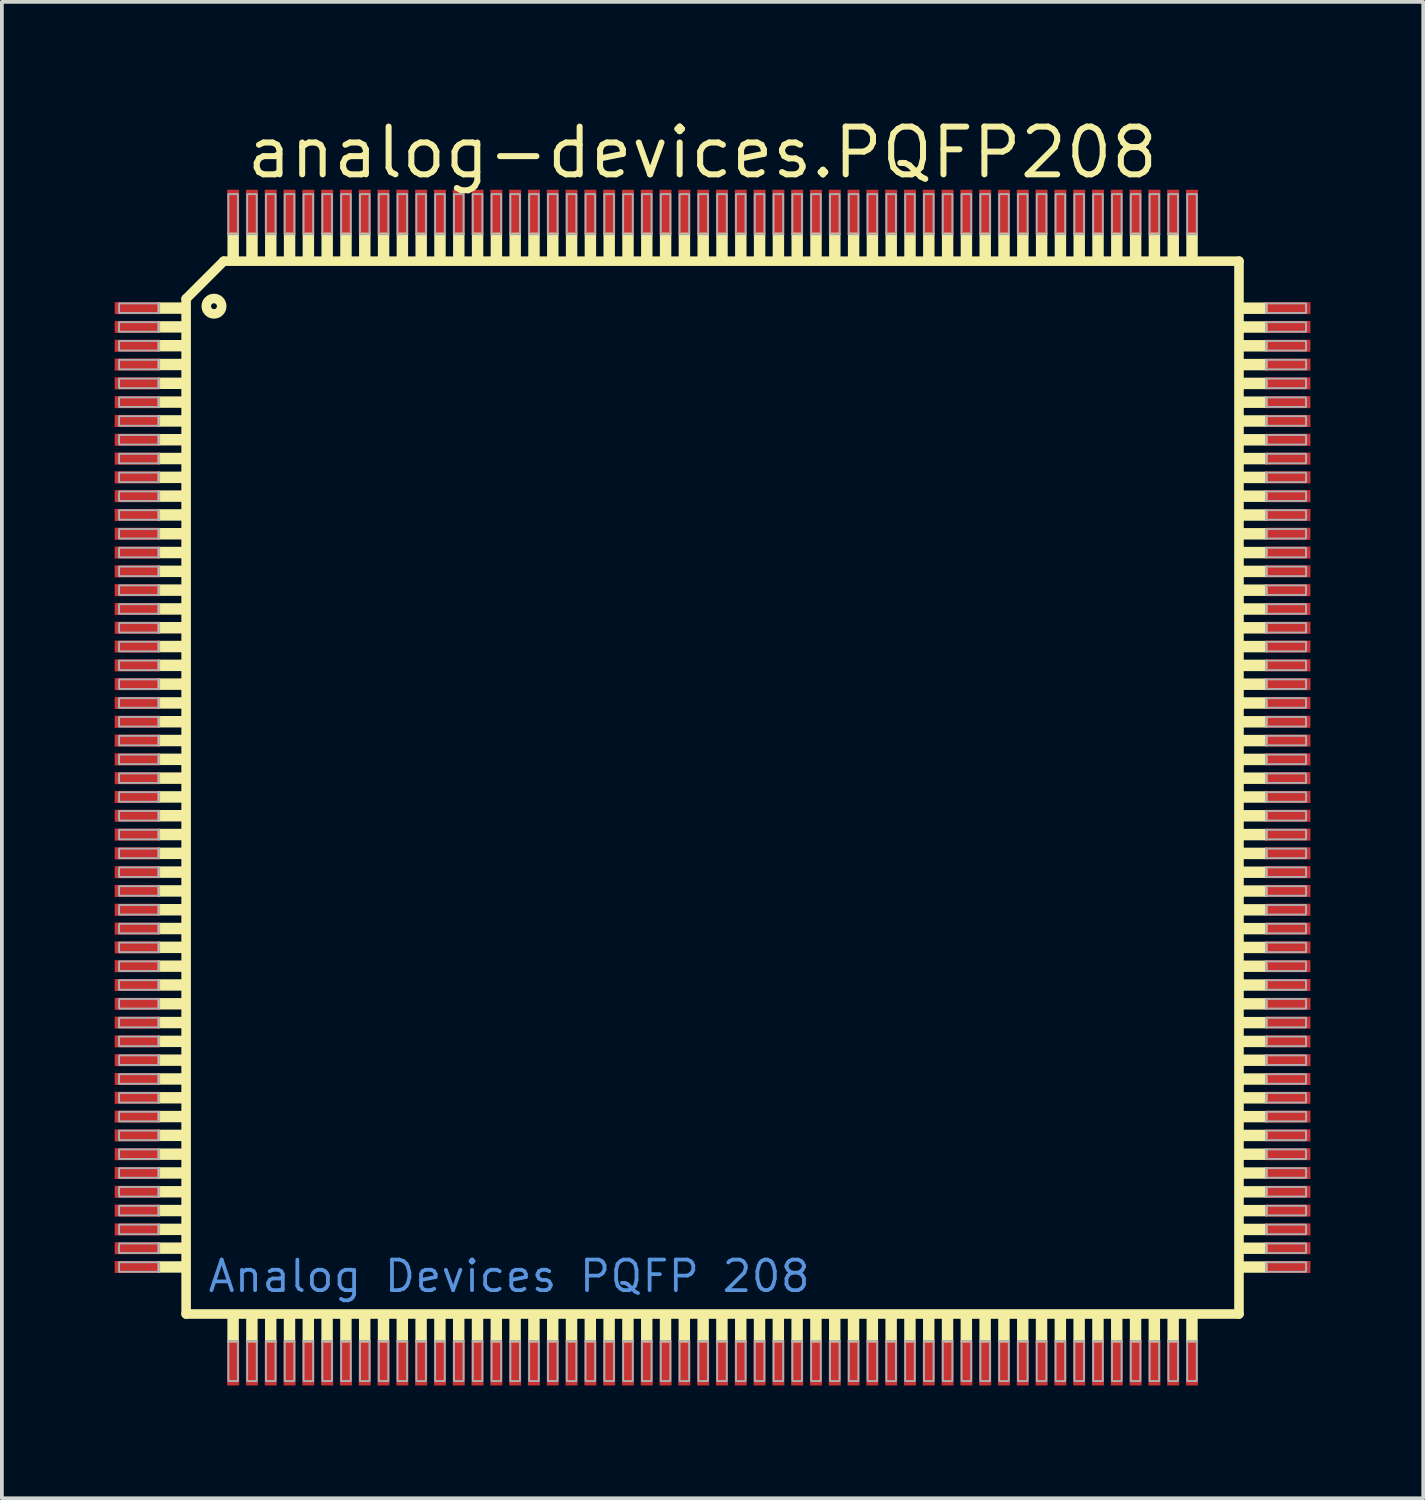
<source format=kicad_pcb>
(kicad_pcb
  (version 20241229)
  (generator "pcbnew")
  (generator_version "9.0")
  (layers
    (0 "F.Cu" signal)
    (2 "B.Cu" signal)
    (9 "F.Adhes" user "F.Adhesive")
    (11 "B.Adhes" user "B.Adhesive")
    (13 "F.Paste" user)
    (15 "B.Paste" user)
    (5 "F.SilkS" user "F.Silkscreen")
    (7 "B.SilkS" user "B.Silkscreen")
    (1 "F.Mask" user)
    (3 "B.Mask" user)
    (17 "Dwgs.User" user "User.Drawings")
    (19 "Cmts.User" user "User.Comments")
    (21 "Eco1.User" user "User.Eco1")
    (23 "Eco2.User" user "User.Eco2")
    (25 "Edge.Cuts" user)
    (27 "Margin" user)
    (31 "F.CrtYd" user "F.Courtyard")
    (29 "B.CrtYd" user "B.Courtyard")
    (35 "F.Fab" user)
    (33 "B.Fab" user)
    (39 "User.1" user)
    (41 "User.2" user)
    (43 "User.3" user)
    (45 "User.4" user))
  (footprint "analog-devices.PQFP208"
    (layer "F.Cu")
    (at 15.9 17.895)
    (property "Reference" "analog-devices.PQFP208" (at -12.47 -16.145 0) (layer "F.SilkS") (effects (font (size 1.27 1.27) (thickness 0.16)) (justify left bottom)))
    (attr smd)
    (fp_line (start -14 -13) (end -14 14) (stroke (width 0.254) (type default)) (layer "F.SilkS"))
    (fp_line (start -14 14) (end 14 14) (stroke (width 0.254) (type default)) (layer "F.SilkS"))
    (fp_line (start -13 -14) (end -14 -13) (stroke (width 0.254) (type default)) (layer "F.SilkS"))
    (fp_line (start 14 -14) (end -13 -14) (stroke (width 0.254) (type default)) (layer "F.SilkS"))
    (fp_line (start 14 14) (end 14 -14) (stroke (width 0.254) (type default)) (layer "F.SilkS"))
    (fp_rect (start -14.732 -12.624) (end -14.097 -12.878) (stroke (width 0.05) (type default)) (fill yes) (layer "F.SilkS"))
    (fp_rect (start -14.732 -12.124) (end -14.097 -12.378) (stroke (width 0.05) (type default)) (fill yes) (layer "F.SilkS"))
    (fp_rect (start -14.732 -11.624) (end -14.097 -11.878) (stroke (width 0.05) (type default)) (fill yes) (layer "F.SilkS"))
    (fp_rect (start -14.732 -11.124) (end -14.097 -11.378) (stroke (width 0.05) (type default)) (fill yes) (layer "F.SilkS"))
    (fp_rect (start -14.732 -10.624) (end -14.097 -10.878) (stroke (width 0.05) (type default)) (fill yes) (layer "F.SilkS"))
    (fp_rect (start -14.732 -10.124) (end -14.097 -10.378) (stroke (width 0.05) (type default)) (fill yes) (layer "F.SilkS"))
    (fp_rect (start -14.732 -9.624) (end -14.097 -9.878) (stroke (width 0.05) (type default)) (fill yes) (layer "F.SilkS"))
    (fp_rect (start -14.732 -9.124) (end -14.097 -9.378) (stroke (width 0.05) (type default)) (fill yes) (layer "F.SilkS"))
    (fp_rect (start -14.732 -8.624) (end -14.097 -8.878) (stroke (width 0.05) (type default)) (fill yes) (layer "F.SilkS"))
    (fp_rect (start -14.732 -8.124) (end -14.097 -8.378) (stroke (width 0.05) (type default)) (fill yes) (layer "F.SilkS"))
    (fp_rect (start -14.732 -7.624) (end -14.097 -7.878) (stroke (width 0.05) (type default)) (fill yes) (layer "F.SilkS"))
    (fp_rect (start -14.732 -7.124) (end -14.097 -7.378) (stroke (width 0.05) (type default)) (fill yes) (layer "F.SilkS"))
    (fp_rect (start -14.732 -6.624) (end -14.097 -6.878) (stroke (width 0.05) (type default)) (fill yes) (layer "F.SilkS"))
    (fp_rect (start -14.732 -6.124) (end -14.097 -6.378) (stroke (width 0.05) (type default)) (fill yes) (layer "F.SilkS"))
    (fp_rect (start -14.732 -5.624) (end -14.097 -5.878) (stroke (width 0.05) (type default)) (fill yes) (layer "F.SilkS"))
    (fp_rect (start -14.732 -5.124) (end -14.097 -5.378) (stroke (width 0.05) (type default)) (fill yes) (layer "F.SilkS"))
    (fp_rect (start -14.732 -4.624) (end -14.097 -4.878) (stroke (width 0.05) (type default)) (fill yes) (layer "F.SilkS"))
    (fp_rect (start -14.732 -4.124) (end -14.097 -4.378) (stroke (width 0.05) (type default)) (fill yes) (layer "F.SilkS"))
    (fp_rect (start -14.732 -3.624) (end -14.097 -3.878) (stroke (width 0.05) (type default)) (fill yes) (layer "F.SilkS"))
    (fp_rect (start -14.732 -3.124) (end -14.097 -3.378) (stroke (width 0.05) (type default)) (fill yes) (layer "F.SilkS"))
    (fp_rect (start -14.732 -2.624) (end -14.097 -2.878) (stroke (width 0.05) (type default)) (fill yes) (layer "F.SilkS"))
    (fp_rect (start -14.732 -2.124) (end -14.097 -2.378) (stroke (width 0.05) (type default)) (fill yes) (layer "F.SilkS"))
    (fp_rect (start -14.732 -1.624) (end -14.097 -1.878) (stroke (width 0.05) (type default)) (fill yes) (layer "F.SilkS"))
    (fp_rect (start -14.732 -1.124) (end -14.097 -1.378) (stroke (width 0.05) (type default)) (fill yes) (layer "F.SilkS"))
    (fp_rect (start -14.732 -0.624) (end -14.097 -0.878) (stroke (width 0.05) (type default)) (fill yes) (layer "F.SilkS"))
    (fp_rect (start -14.732 -0.124) (end -14.097 -0.378) (stroke (width 0.05) (type default)) (fill yes) (layer "F.SilkS"))
    (fp_rect (start -14.732 0.376) (end -14.097 0.122) (stroke (width 0.05) (type default)) (fill yes) (layer "F.SilkS"))
    (fp_rect (start -14.732 0.876) (end -14.097 0.622) (stroke (width 0.05) (type default)) (fill yes) (layer "F.SilkS"))
    (fp_rect (start -14.732 1.376) (end -14.097 1.122) (stroke (width 0.05) (type default)) (fill yes) (layer "F.SilkS"))
    (fp_rect (start -14.732 1.876) (end -14.097 1.622) (stroke (width 0.05) (type default)) (fill yes) (layer "F.SilkS"))
    (fp_rect (start -14.732 2.376) (end -14.097 2.122) (stroke (width 0.05) (type default)) (fill yes) (layer "F.SilkS"))
    (fp_rect (start -14.732 2.876) (end -14.097 2.622) (stroke (width 0.05) (type default)) (fill yes) (layer "F.SilkS"))
    (fp_rect (start -14.732 3.376) (end -14.097 3.122) (stroke (width 0.05) (type default)) (fill yes) (layer "F.SilkS"))
    (fp_rect (start -14.732 3.876) (end -14.097 3.622) (stroke (width 0.05) (type default)) (fill yes) (layer "F.SilkS"))
    (fp_rect (start -14.732 4.376) (end -14.097 4.122) (stroke (width 0.05) (type default)) (fill yes) (layer "F.SilkS"))
    (fp_rect (start -14.732 4.876) (end -14.097 4.622) (stroke (width 0.05) (type default)) (fill yes) (layer "F.SilkS"))
    (fp_rect (start -14.732 5.376) (end -14.097 5.122) (stroke (width 0.05) (type default)) (fill yes) (layer "F.SilkS"))
    (fp_rect (start -14.732 5.876) (end -14.097 5.622) (stroke (width 0.05) (type default)) (fill yes) (layer "F.SilkS"))
    (fp_rect (start -14.732 6.376) (end -14.097 6.122) (stroke (width 0.05) (type default)) (fill yes) (layer "F.SilkS"))
    (fp_rect (start -14.732 6.876) (end -14.097 6.622) (stroke (width 0.05) (type default)) (fill yes) (layer "F.SilkS"))
    (fp_rect (start -14.732 7.376) (end -14.097 7.122) (stroke (width 0.05) (type default)) (fill yes) (layer "F.SilkS"))
    (fp_rect (start -14.732 7.876) (end -14.097 7.622) (stroke (width 0.05) (type default)) (fill yes) (layer "F.SilkS"))
    (fp_rect (start -14.732 8.376) (end -14.097 8.122) (stroke (width 0.05) (type default)) (fill yes) (layer "F.SilkS"))
    (fp_rect (start -14.732 8.876) (end -14.097 8.622) (stroke (width 0.05) (type default)) (fill yes) (layer "F.SilkS"))
    (fp_rect (start -14.732 9.376) (end -14.097 9.122) (stroke (width 0.05) (type default)) (fill yes) (layer "F.SilkS"))
    (fp_rect (start -14.732 9.876) (end -14.097 9.622) (stroke (width 0.05) (type default)) (fill yes) (layer "F.SilkS"))
    (fp_rect (start -14.732 10.376) (end -14.097 10.122) (stroke (width 0.05) (type default)) (fill yes) (layer "F.SilkS"))
    (fp_rect (start -14.732 10.876) (end -14.097 10.622) (stroke (width 0.05) (type default)) (fill yes) (layer "F.SilkS"))
    (fp_rect (start -14.732 11.376) (end -14.097 11.122) (stroke (width 0.05) (type default)) (fill yes) (layer "F.SilkS"))
    (fp_rect (start -14.732 11.876) (end -14.097 11.622) (stroke (width 0.05) (type default)) (fill yes) (layer "F.SilkS"))
    (fp_rect (start -14.732 12.376) (end -14.097 12.122) (stroke (width 0.05) (type default)) (fill yes) (layer "F.SilkS"))
    (fp_rect (start -14.732 12.876) (end -14.097 12.622) (stroke (width 0.05) (type default)) (fill yes) (layer "F.SilkS"))
    (fp_rect (start -12.878 14.732) (end -12.624 14.097) (stroke (width 0.05) (type default)) (fill yes) (layer "F.SilkS"))
    (fp_rect (start -12.876 -14.097) (end -12.622 -14.732) (stroke (width 0.05) (type default)) (fill yes) (layer "F.SilkS"))
    (fp_rect (start -12.378 14.732) (end -12.124 14.097) (stroke (width 0.05) (type default)) (fill yes) (layer "F.SilkS"))
    (fp_rect (start -12.376 -14.097) (end -12.122 -14.732) (stroke (width 0.05) (type default)) (fill yes) (layer "F.SilkS"))
    (fp_rect (start -11.878 14.732) (end -11.624 14.097) (stroke (width 0.05) (type default)) (fill yes) (layer "F.SilkS"))
    (fp_rect (start -11.876 -14.097) (end -11.622 -14.732) (stroke (width 0.05) (type default)) (fill yes) (layer "F.SilkS"))
    (fp_rect (start -11.378 14.732) (end -11.124 14.097) (stroke (width 0.05) (type default)) (fill yes) (layer "F.SilkS"))
    (fp_rect (start -11.376 -14.097) (end -11.122 -14.732) (stroke (width 0.05) (type default)) (fill yes) (layer "F.SilkS"))
    (fp_rect (start -10.878 14.732) (end -10.624 14.097) (stroke (width 0.05) (type default)) (fill yes) (layer "F.SilkS"))
    (fp_rect (start -10.876 -14.097) (end -10.622 -14.732) (stroke (width 0.05) (type default)) (fill yes) (layer "F.SilkS"))
    (fp_rect (start -10.378 14.732) (end -10.124 14.097) (stroke (width 0.05) (type default)) (fill yes) (layer "F.SilkS"))
    (fp_rect (start -10.376 -14.097) (end -10.122 -14.732) (stroke (width 0.05) (type default)) (fill yes) (layer "F.SilkS"))
    (fp_rect (start -9.878 14.732) (end -9.624 14.097) (stroke (width 0.05) (type default)) (fill yes) (layer "F.SilkS"))
    (fp_rect (start -9.876 -14.097) (end -9.622 -14.732) (stroke (width 0.05) (type default)) (fill yes) (layer "F.SilkS"))
    (fp_rect (start -9.378 14.732) (end -9.124 14.097) (stroke (width 0.05) (type default)) (fill yes) (layer "F.SilkS"))
    (fp_rect (start -9.376 -14.097) (end -9.122 -14.732) (stroke (width 0.05) (type default)) (fill yes) (layer "F.SilkS"))
    (fp_rect (start -8.878 14.732) (end -8.624 14.097) (stroke (width 0.05) (type default)) (fill yes) (layer "F.SilkS"))
    (fp_rect (start -8.876 -14.097) (end -8.622 -14.732) (stroke (width 0.05) (type default)) (fill yes) (layer "F.SilkS"))
    (fp_rect (start -8.378 14.732) (end -8.124 14.097) (stroke (width 0.05) (type default)) (fill yes) (layer "F.SilkS"))
    (fp_rect (start -8.376 -14.097) (end -8.122 -14.732) (stroke (width 0.05) (type default)) (fill yes) (layer "F.SilkS"))
    (fp_rect (start -7.878 14.732) (end -7.624 14.097) (stroke (width 0.05) (type default)) (fill yes) (layer "F.SilkS"))
    (fp_rect (start -7.876 -14.097) (end -7.622 -14.732) (stroke (width 0.05) (type default)) (fill yes) (layer "F.SilkS"))
    (fp_rect (start -7.378 14.732) (end -7.124 14.097) (stroke (width 0.05) (type default)) (fill yes) (layer "F.SilkS"))
    (fp_rect (start -7.376 -14.097) (end -7.122 -14.732) (stroke (width 0.05) (type default)) (fill yes) (layer "F.SilkS"))
    (fp_rect (start -6.878 14.732) (end -6.624 14.097) (stroke (width 0.05) (type default)) (fill yes) (layer "F.SilkS"))
    (fp_rect (start -6.876 -14.097) (end -6.622 -14.732) (stroke (width 0.05) (type default)) (fill yes) (layer "F.SilkS"))
    (fp_rect (start -6.378 14.732) (end -6.124 14.097) (stroke (width 0.05) (type default)) (fill yes) (layer "F.SilkS"))
    (fp_rect (start -6.376 -14.097) (end -6.122 -14.732) (stroke (width 0.05) (type default)) (fill yes) (layer "F.SilkS"))
    (fp_rect (start -5.878 14.732) (end -5.624 14.097) (stroke (width 0.05) (type default)) (fill yes) (layer "F.SilkS"))
    (fp_rect (start -5.876 -14.097) (end -5.622 -14.732) (stroke (width 0.05) (type default)) (fill yes) (layer "F.SilkS"))
    (fp_rect (start -5.378 14.732) (end -5.124 14.097) (stroke (width 0.05) (type default)) (fill yes) (layer "F.SilkS"))
    (fp_rect (start -5.376 -14.097) (end -5.122 -14.732) (stroke (width 0.05) (type default)) (fill yes) (layer "F.SilkS"))
    (fp_rect (start -4.878 14.732) (end -4.624 14.097) (stroke (width 0.05) (type default)) (fill yes) (layer "F.SilkS"))
    (fp_rect (start -4.876 -14.097) (end -4.622 -14.732) (stroke (width 0.05) (type default)) (fill yes) (layer "F.SilkS"))
    (fp_rect (start -4.378 14.732) (end -4.124 14.097) (stroke (width 0.05) (type default)) (fill yes) (layer "F.SilkS"))
    (fp_rect (start -4.376 -14.097) (end -4.122 -14.732) (stroke (width 0.05) (type default)) (fill yes) (layer "F.SilkS"))
    (fp_rect (start -3.878 14.732) (end -3.624 14.097) (stroke (width 0.05) (type default)) (fill yes) (layer "F.SilkS"))
    (fp_rect (start -3.876 -14.097) (end -3.622 -14.732) (stroke (width 0.05) (type default)) (fill yes) (layer "F.SilkS"))
    (fp_rect (start -3.378 14.732) (end -3.124 14.097) (stroke (width 0.05) (type default)) (fill yes) (layer "F.SilkS"))
    (fp_rect (start -3.376 -14.097) (end -3.122 -14.732) (stroke (width 0.05) (type default)) (fill yes) (layer "F.SilkS"))
    (fp_rect (start -2.878 14.732) (end -2.624 14.097) (stroke (width 0.05) (type default)) (fill yes) (layer "F.SilkS"))
    (fp_rect (start -2.876 -14.097) (end -2.622 -14.732) (stroke (width 0.05) (type default)) (fill yes) (layer "F.SilkS"))
    (fp_rect (start -2.378 14.732) (end -2.124 14.097) (stroke (width 0.05) (type default)) (fill yes) (layer "F.SilkS"))
    (fp_rect (start -2.376 -14.097) (end -2.122 -14.732) (stroke (width 0.05) (type default)) (fill yes) (layer "F.SilkS"))
    (fp_rect (start -1.878 14.732) (end -1.624 14.097) (stroke (width 0.05) (type default)) (fill yes) (layer "F.SilkS"))
    (fp_rect (start -1.876 -14.097) (end -1.622 -14.732) (stroke (width 0.05) (type default)) (fill yes) (layer "F.SilkS"))
    (fp_rect (start -1.378 14.732) (end -1.124 14.097) (stroke (width 0.05) (type default)) (fill yes) (layer "F.SilkS"))
    (fp_rect (start -1.376 -14.097) (end -1.122 -14.732) (stroke (width 0.05) (type default)) (fill yes) (layer "F.SilkS"))
    (fp_rect (start -0.878 14.732) (end -0.624 14.097) (stroke (width 0.05) (type default)) (fill yes) (layer "F.SilkS"))
    (fp_rect (start -0.876 -14.097) (end -0.622 -14.732) (stroke (width 0.05) (type default)) (fill yes) (layer "F.SilkS"))
    (fp_rect (start -0.378 14.732) (end -0.124 14.097) (stroke (width 0.05) (type default)) (fill yes) (layer "F.SilkS"))
    (fp_rect (start -0.376 -14.097) (end -0.122 -14.732) (stroke (width 0.05) (type default)) (fill yes) (layer "F.SilkS"))
    (fp_rect (start 0.122 14.732) (end 0.376 14.097) (stroke (width 0.05) (type default)) (fill yes) (layer "F.SilkS"))
    (fp_rect (start 0.124 -14.097) (end 0.378 -14.732) (stroke (width 0.05) (type default)) (fill yes) (layer "F.SilkS"))
    (fp_rect (start 0.622 14.732) (end 0.876 14.097) (stroke (width 0.05) (type default)) (fill yes) (layer "F.SilkS"))
    (fp_rect (start 0.624 -14.097) (end 0.878 -14.732) (stroke (width 0.05) (type default)) (fill yes) (layer "F.SilkS"))
    (fp_rect (start 1.122 14.732) (end 1.376 14.097) (stroke (width 0.05) (type default)) (fill yes) (layer "F.SilkS"))
    (fp_rect (start 1.124 -14.097) (end 1.378 -14.732) (stroke (width 0.05) (type default)) (fill yes) (layer "F.SilkS"))
    (fp_rect (start 1.622 14.732) (end 1.876 14.097) (stroke (width 0.05) (type default)) (fill yes) (layer "F.SilkS"))
    (fp_rect (start 1.624 -14.097) (end 1.878 -14.732) (stroke (width 0.05) (type default)) (fill yes) (layer "F.SilkS"))
    (fp_rect (start 2.122 14.732) (end 2.376 14.097) (stroke (width 0.05) (type default)) (fill yes) (layer "F.SilkS"))
    (fp_rect (start 2.124 -14.097) (end 2.378 -14.732) (stroke (width 0.05) (type default)) (fill yes) (layer "F.SilkS"))
    (fp_rect (start 2.622 14.732) (end 2.876 14.097) (stroke (width 0.05) (type default)) (fill yes) (layer "F.SilkS"))
    (fp_rect (start 2.624 -14.097) (end 2.878 -14.732) (stroke (width 0.05) (type default)) (fill yes) (layer "F.SilkS"))
    (fp_rect (start 3.122 14.732) (end 3.376 14.097) (stroke (width 0.05) (type default)) (fill yes) (layer "F.SilkS"))
    (fp_rect (start 3.124 -14.097) (end 3.378 -14.732) (stroke (width 0.05) (type default)) (fill yes) (layer "F.SilkS"))
    (fp_rect (start 3.622 14.732) (end 3.876 14.097) (stroke (width 0.05) (type default)) (fill yes) (layer "F.SilkS"))
    (fp_rect (start 3.624 -14.097) (end 3.878 -14.732) (stroke (width 0.05) (type default)) (fill yes) (layer "F.SilkS"))
    (fp_rect (start 4.122 14.732) (end 4.376 14.097) (stroke (width 0.05) (type default)) (fill yes) (layer "F.SilkS"))
    (fp_rect (start 4.124 -14.097) (end 4.378 -14.732) (stroke (width 0.05) (type default)) (fill yes) (layer "F.SilkS"))
    (fp_rect (start 4.622 14.732) (end 4.876 14.097) (stroke (width 0.05) (type default)) (fill yes) (layer "F.SilkS"))
    (fp_rect (start 4.624 -14.097) (end 4.878 -14.732) (stroke (width 0.05) (type default)) (fill yes) (layer "F.SilkS"))
    (fp_rect (start 5.122 14.732) (end 5.376 14.097) (stroke (width 0.05) (type default)) (fill yes) (layer "F.SilkS"))
    (fp_rect (start 5.124 -14.097) (end 5.378 -14.732) (stroke (width 0.05) (type default)) (fill yes) (layer "F.SilkS"))
    (fp_rect (start 5.622 14.732) (end 5.876 14.097) (stroke (width 0.05) (type default)) (fill yes) (layer "F.SilkS"))
    (fp_rect (start 5.624 -14.097) (end 5.878 -14.732) (stroke (width 0.05) (type default)) (fill yes) (layer "F.SilkS"))
    (fp_rect (start 6.122 14.732) (end 6.376 14.097) (stroke (width 0.05) (type default)) (fill yes) (layer "F.SilkS"))
    (fp_rect (start 6.124 -14.097) (end 6.378 -14.732) (stroke (width 0.05) (type default)) (fill yes) (layer "F.SilkS"))
    (fp_rect (start 6.622 14.732) (end 6.876 14.097) (stroke (width 0.05) (type default)) (fill yes) (layer "F.SilkS"))
    (fp_rect (start 6.624 -14.097) (end 6.878 -14.732) (stroke (width 0.05) (type default)) (fill yes) (layer "F.SilkS"))
    (fp_rect (start 7.122 14.732) (end 7.376 14.097) (stroke (width 0.05) (type default)) (fill yes) (layer "F.SilkS"))
    (fp_rect (start 7.124 -14.097) (end 7.378 -14.732) (stroke (width 0.05) (type default)) (fill yes) (layer "F.SilkS"))
    (fp_rect (start 7.622 14.732) (end 7.876 14.097) (stroke (width 0.05) (type default)) (fill yes) (layer "F.SilkS"))
    (fp_rect (start 7.624 -14.097) (end 7.878 -14.732) (stroke (width 0.05) (type default)) (fill yes) (layer "F.SilkS"))
    (fp_rect (start 8.122 14.732) (end 8.376 14.097) (stroke (width 0.05) (type default)) (fill yes) (layer "F.SilkS"))
    (fp_rect (start 8.124 -14.097) (end 8.378 -14.732) (stroke (width 0.05) (type default)) (fill yes) (layer "F.SilkS"))
    (fp_rect (start 8.622 14.732) (end 8.876 14.097) (stroke (width 0.05) (type default)) (fill yes) (layer "F.SilkS"))
    (fp_rect (start 8.624 -14.097) (end 8.878 -14.732) (stroke (width 0.05) (type default)) (fill yes) (layer "F.SilkS"))
    (fp_rect (start 9.122 14.732) (end 9.376 14.097) (stroke (width 0.05) (type default)) (fill yes) (layer "F.SilkS"))
    (fp_rect (start 9.124 -14.097) (end 9.378 -14.732) (stroke (width 0.05) (type default)) (fill yes) (layer "F.SilkS"))
    (fp_rect (start 9.622 14.732) (end 9.876 14.097) (stroke (width 0.05) (type default)) (fill yes) (layer "F.SilkS"))
    (fp_rect (start 9.624 -14.097) (end 9.878 -14.732) (stroke (width 0.05) (type default)) (fill yes) (layer "F.SilkS"))
    (fp_rect (start 10.122 14.732) (end 10.376 14.097) (stroke (width 0.05) (type default)) (fill yes) (layer "F.SilkS"))
    (fp_rect (start 10.124 -14.097) (end 10.378 -14.732) (stroke (width 0.05) (type default)) (fill yes) (layer "F.SilkS"))
    (fp_rect (start 10.622 14.732) (end 10.876 14.097) (stroke (width 0.05) (type default)) (fill yes) (layer "F.SilkS"))
    (fp_rect (start 10.624 -14.097) (end 10.878 -14.732) (stroke (width 0.05) (type default)) (fill yes) (layer "F.SilkS"))
    (fp_rect (start 11.122 14.732) (end 11.376 14.097) (stroke (width 0.05) (type default)) (fill yes) (layer "F.SilkS"))
    (fp_rect (start 11.124 -14.097) (end 11.378 -14.732) (stroke (width 0.05) (type default)) (fill yes) (layer "F.SilkS"))
    (fp_rect (start 11.622 14.732) (end 11.876 14.097) (stroke (width 0.05) (type default)) (fill yes) (layer "F.SilkS"))
    (fp_rect (start 11.624 -14.097) (end 11.878 -14.732) (stroke (width 0.05) (type default)) (fill yes) (layer "F.SilkS"))
    (fp_rect (start 12.122 14.732) (end 12.376 14.097) (stroke (width 0.05) (type default)) (fill yes) (layer "F.SilkS"))
    (fp_rect (start 12.124 -14.097) (end 12.378 -14.732) (stroke (width 0.05) (type default)) (fill yes) (layer "F.SilkS"))
    (fp_rect (start 12.622 14.732) (end 12.876 14.097) (stroke (width 0.05) (type default)) (fill yes) (layer "F.SilkS"))
    (fp_rect (start 12.624 -14.097) (end 12.878 -14.732) (stroke (width 0.05) (type default)) (fill yes) (layer "F.SilkS"))
    (fp_rect (start 14.097 -12.622) (end 14.732 -12.876) (stroke (width 0.05) (type default)) (fill yes) (layer "F.SilkS"))
    (fp_rect (start 14.097 -12.122) (end 14.732 -12.376) (stroke (width 0.05) (type default)) (fill yes) (layer "F.SilkS"))
    (fp_rect (start 14.097 -11.622) (end 14.732 -11.876) (stroke (width 0.05) (type default)) (fill yes) (layer "F.SilkS"))
    (fp_rect (start 14.097 -11.122) (end 14.732 -11.376) (stroke (width 0.05) (type default)) (fill yes) (layer "F.SilkS"))
    (fp_rect (start 14.097 -10.622) (end 14.732 -10.876) (stroke (width 0.05) (type default)) (fill yes) (layer "F.SilkS"))
    (fp_rect (start 14.097 -10.122) (end 14.732 -10.376) (stroke (width 0.05) (type default)) (fill yes) (layer "F.SilkS"))
    (fp_rect (start 14.097 -9.622) (end 14.732 -9.876) (stroke (width 0.05) (type default)) (fill yes) (layer "F.SilkS"))
    (fp_rect (start 14.097 -9.122) (end 14.732 -9.376) (stroke (width 0.05) (type default)) (fill yes) (layer "F.SilkS"))
    (fp_rect (start 14.097 -8.622) (end 14.732 -8.876) (stroke (width 0.05) (type default)) (fill yes) (layer "F.SilkS"))
    (fp_rect (start 14.097 -8.122) (end 14.732 -8.376) (stroke (width 0.05) (type default)) (fill yes) (layer "F.SilkS"))
    (fp_rect (start 14.097 -7.622) (end 14.732 -7.876) (stroke (width 0.05) (type default)) (fill yes) (layer "F.SilkS"))
    (fp_rect (start 14.097 -7.122) (end 14.732 -7.376) (stroke (width 0.05) (type default)) (fill yes) (layer "F.SilkS"))
    (fp_rect (start 14.097 -6.622) (end 14.732 -6.876) (stroke (width 0.05) (type default)) (fill yes) (layer "F.SilkS"))
    (fp_rect (start 14.097 -6.122) (end 14.732 -6.376) (stroke (width 0.05) (type default)) (fill yes) (layer "F.SilkS"))
    (fp_rect (start 14.097 -5.622) (end 14.732 -5.876) (stroke (width 0.05) (type default)) (fill yes) (layer "F.SilkS"))
    (fp_rect (start 14.097 -5.122) (end 14.732 -5.376) (stroke (width 0.05) (type default)) (fill yes) (layer "F.SilkS"))
    (fp_rect (start 14.097 -4.622) (end 14.732 -4.876) (stroke (width 0.05) (type default)) (fill yes) (layer "F.SilkS"))
    (fp_rect (start 14.097 -4.122) (end 14.732 -4.376) (stroke (width 0.05) (type default)) (fill yes) (layer "F.SilkS"))
    (fp_rect (start 14.097 -3.622) (end 14.732 -3.876) (stroke (width 0.05) (type default)) (fill yes) (layer "F.SilkS"))
    (fp_rect (start 14.097 -3.122) (end 14.732 -3.376) (stroke (width 0.05) (type default)) (fill yes) (layer "F.SilkS"))
    (fp_rect (start 14.097 -2.622) (end 14.732 -2.876) (stroke (width 0.05) (type default)) (fill yes) (layer "F.SilkS"))
    (fp_rect (start 14.097 -2.122) (end 14.732 -2.376) (stroke (width 0.05) (type default)) (fill yes) (layer "F.SilkS"))
    (fp_rect (start 14.097 -1.622) (end 14.732 -1.876) (stroke (width 0.05) (type default)) (fill yes) (layer "F.SilkS"))
    (fp_rect (start 14.097 -1.122) (end 14.732 -1.376) (stroke (width 0.05) (type default)) (fill yes) (layer "F.SilkS"))
    (fp_rect (start 14.097 -0.622) (end 14.732 -0.876) (stroke (width 0.05) (type default)) (fill yes) (layer "F.SilkS"))
    (fp_rect (start 14.097 -0.122) (end 14.732 -0.376) (stroke (width 0.05) (type default)) (fill yes) (layer "F.SilkS"))
    (fp_rect (start 14.097 0.378) (end 14.732 0.124) (stroke (width 0.05) (type default)) (fill yes) (layer "F.SilkS"))
    (fp_rect (start 14.097 0.878) (end 14.732 0.624) (stroke (width 0.05) (type default)) (fill yes) (layer "F.SilkS"))
    (fp_rect (start 14.097 1.378) (end 14.732 1.124) (stroke (width 0.05) (type default)) (fill yes) (layer "F.SilkS"))
    (fp_rect (start 14.097 1.878) (end 14.732 1.624) (stroke (width 0.05) (type default)) (fill yes) (layer "F.SilkS"))
    (fp_rect (start 14.097 2.378) (end 14.732 2.124) (stroke (width 0.05) (type default)) (fill yes) (layer "F.SilkS"))
    (fp_rect (start 14.097 2.878) (end 14.732 2.624) (stroke (width 0.05) (type default)) (fill yes) (layer "F.SilkS"))
    (fp_rect (start 14.097 3.378) (end 14.732 3.124) (stroke (width 0.05) (type default)) (fill yes) (layer "F.SilkS"))
    (fp_rect (start 14.097 3.878) (end 14.732 3.624) (stroke (width 0.05) (type default)) (fill yes) (layer "F.SilkS"))
    (fp_rect (start 14.097 4.378) (end 14.732 4.124) (stroke (width 0.05) (type default)) (fill yes) (layer "F.SilkS"))
    (fp_rect (start 14.097 4.878) (end 14.732 4.624) (stroke (width 0.05) (type default)) (fill yes) (layer "F.SilkS"))
    (fp_rect (start 14.097 5.378) (end 14.732 5.124) (stroke (width 0.05) (type default)) (fill yes) (layer "F.SilkS"))
    (fp_rect (start 14.097 5.878) (end 14.732 5.624) (stroke (width 0.05) (type default)) (fill yes) (layer "F.SilkS"))
    (fp_rect (start 14.097 6.378) (end 14.732 6.124) (stroke (width 0.05) (type default)) (fill yes) (layer "F.SilkS"))
    (fp_rect (start 14.097 6.878) (end 14.732 6.624) (stroke (width 0.05) (type default)) (fill yes) (layer "F.SilkS"))
    (fp_rect (start 14.097 7.378) (end 14.732 7.124) (stroke (width 0.05) (type default)) (fill yes) (layer "F.SilkS"))
    (fp_rect (start 14.097 7.878) (end 14.732 7.624) (stroke (width 0.05) (type default)) (fill yes) (layer "F.SilkS"))
    (fp_rect (start 14.097 8.378) (end 14.732 8.124) (stroke (width 0.05) (type default)) (fill yes) (layer "F.SilkS"))
    (fp_rect (start 14.097 8.878) (end 14.732 8.624) (stroke (width 0.05) (type default)) (fill yes) (layer "F.SilkS"))
    (fp_rect (start 14.097 9.378) (end 14.732 9.124) (stroke (width 0.05) (type default)) (fill yes) (layer "F.SilkS"))
    (fp_rect (start 14.097 9.878) (end 14.732 9.624) (stroke (width 0.05) (type default)) (fill yes) (layer "F.SilkS"))
    (fp_rect (start 14.097 10.378) (end 14.732 10.124) (stroke (width 0.05) (type default)) (fill yes) (layer "F.SilkS"))
    (fp_rect (start 14.097 10.878) (end 14.732 10.624) (stroke (width 0.05) (type default)) (fill yes) (layer "F.SilkS"))
    (fp_rect (start 14.097 11.378) (end 14.732 11.124) (stroke (width 0.05) (type default)) (fill yes) (layer "F.SilkS"))
    (fp_rect (start 14.097 11.878) (end 14.732 11.624) (stroke (width 0.05) (type default)) (fill yes) (layer "F.SilkS"))
    (fp_rect (start 14.097 12.378) (end 14.732 12.124) (stroke (width 0.05) (type default)) (fill yes) (layer "F.SilkS"))
    (fp_rect (start 14.097 12.878) (end 14.732 12.624) (stroke (width 0.05) (type default)) (fill yes) (layer "F.SilkS"))
    (fp_circle (center -13.259 -12.802) (end -13.054 -12.802) (stroke (width 0.254) (type default)) (fill no) (layer "F.SilkS"))
    (fp_rect (start -15.783 -12.623) (end -14.716 -12.877) (stroke (width 0.05) (type default)) (fill no) (layer "F.Fab"))
    (fp_rect (start -15.783 -12.123) (end -14.716 -12.377) (stroke (width 0.05) (type default)) (fill no) (layer "F.Fab"))
    (fp_rect (start -15.783 -11.623) (end -14.716 -11.877) (stroke (width 0.05) (type default)) (fill no) (layer "F.Fab"))
    (fp_rect (start -15.783 -11.123) (end -14.716 -11.377) (stroke (width 0.05) (type default)) (fill no) (layer "F.Fab"))
    (fp_rect (start -15.783 -10.623) (end -14.716 -10.877) (stroke (width 0.05) (type default)) (fill no) (layer "F.Fab"))
    (fp_rect (start -15.783 -10.123) (end -14.716 -10.377) (stroke (width 0.05) (type default)) (fill no) (layer "F.Fab"))
    (fp_rect (start -15.783 -9.623) (end -14.716 -9.877) (stroke (width 0.05) (type default)) (fill no) (layer "F.Fab"))
    (fp_rect (start -15.783 -9.123) (end -14.716 -9.377) (stroke (width 0.05) (type default)) (fill no) (layer "F.Fab"))
    (fp_rect (start -15.783 -8.623) (end -14.716 -8.877) (stroke (width 0.05) (type default)) (fill no) (layer "F.Fab"))
    (fp_rect (start -15.783 -8.123) (end -14.716 -8.377) (stroke (width 0.05) (type default)) (fill no) (layer "F.Fab"))
    (fp_rect (start -15.783 -7.623) (end -14.716 -7.877) (stroke (width 0.05) (type default)) (fill no) (layer "F.Fab"))
    (fp_rect (start -15.783 -7.123) (end -14.716 -7.377) (stroke (width 0.05) (type default)) (fill no) (layer "F.Fab"))
    (fp_rect (start -15.783 -6.623) (end -14.716 -6.877) (stroke (width 0.05) (type default)) (fill no) (layer "F.Fab"))
    (fp_rect (start -15.783 -6.123) (end -14.716 -6.377) (stroke (width 0.05) (type default)) (fill no) (layer "F.Fab"))
    (fp_rect (start -15.783 -5.623) (end -14.716 -5.877) (stroke (width 0.05) (type default)) (fill no) (layer "F.Fab"))
    (fp_rect (start -15.783 -5.123) (end -14.716 -5.377) (stroke (width 0.05) (type default)) (fill no) (layer "F.Fab"))
    (fp_rect (start -15.783 -4.623) (end -14.716 -4.877) (stroke (width 0.05) (type default)) (fill no) (layer "F.Fab"))
    (fp_rect (start -15.783 -4.123) (end -14.716 -4.377) (stroke (width 0.05) (type default)) (fill no) (layer "F.Fab"))
    (fp_rect (start -15.783 -3.623) (end -14.716 -3.877) (stroke (width 0.05) (type default)) (fill no) (layer "F.Fab"))
    (fp_rect (start -15.783 -3.123) (end -14.716 -3.377) (stroke (width 0.05) (type default)) (fill no) (layer "F.Fab"))
    (fp_rect (start -15.783 -2.623) (end -14.716 -2.877) (stroke (width 0.05) (type default)) (fill no) (layer "F.Fab"))
    (fp_rect (start -15.783 -2.123) (end -14.716 -2.377) (stroke (width 0.05) (type default)) (fill no) (layer "F.Fab"))
    (fp_rect (start -15.783 -1.623) (end -14.716 -1.877) (stroke (width 0.05) (type default)) (fill no) (layer "F.Fab"))
    (fp_rect (start -15.783 -1.123) (end -14.716 -1.377) (stroke (width 0.05) (type default)) (fill no) (layer "F.Fab"))
    (fp_rect (start -15.783 -0.623) (end -14.716 -0.877) (stroke (width 0.05) (type default)) (fill no) (layer "F.Fab"))
    (fp_rect (start -15.783 -0.123) (end -14.716 -0.377) (stroke (width 0.05) (type default)) (fill no) (layer "F.Fab"))
    (fp_rect (start -15.783 0.377) (end -14.716 0.123) (stroke (width 0.05) (type default)) (fill no) (layer "F.Fab"))
    (fp_rect (start -15.783 0.877) (end -14.716 0.623) (stroke (width 0.05) (type default)) (fill no) (layer "F.Fab"))
    (fp_rect (start -15.783 1.377) (end -14.716 1.123) (stroke (width 0.05) (type default)) (fill no) (layer "F.Fab"))
    (fp_rect (start -15.783 1.877) (end -14.716 1.623) (stroke (width 0.05) (type default)) (fill no) (layer "F.Fab"))
    (fp_rect (start -15.783 2.377) (end -14.716 2.123) (stroke (width 0.05) (type default)) (fill no) (layer "F.Fab"))
    (fp_rect (start -15.783 2.877) (end -14.716 2.623) (stroke (width 0.05) (type default)) (fill no) (layer "F.Fab"))
    (fp_rect (start -15.783 3.377) (end -14.716 3.123) (stroke (width 0.05) (type default)) (fill no) (layer "F.Fab"))
    (fp_rect (start -15.783 3.877) (end -14.716 3.623) (stroke (width 0.05) (type default)) (fill no) (layer "F.Fab"))
    (fp_rect (start -15.783 4.377) (end -14.716 4.123) (stroke (width 0.05) (type default)) (fill no) (layer "F.Fab"))
    (fp_rect (start -15.783 4.877) (end -14.716 4.623) (stroke (width 0.05) (type default)) (fill no) (layer "F.Fab"))
    (fp_rect (start -15.783 5.377) (end -14.716 5.123) (stroke (width 0.05) (type default)) (fill no) (layer "F.Fab"))
    (fp_rect (start -15.783 5.877) (end -14.716 5.623) (stroke (width 0.05) (type default)) (fill no) (layer "F.Fab"))
    (fp_rect (start -15.783 6.377) (end -14.716 6.123) (stroke (width 0.05) (type default)) (fill no) (layer "F.Fab"))
    (fp_rect (start -15.783 6.877) (end -14.716 6.623) (stroke (width 0.05) (type default)) (fill no) (layer "F.Fab"))
    (fp_rect (start -15.783 7.377) (end -14.716 7.123) (stroke (width 0.05) (type default)) (fill no) (layer "F.Fab"))
    (fp_rect (start -15.783 7.877) (end -14.716 7.623) (stroke (width 0.05) (type default)) (fill no) (layer "F.Fab"))
    (fp_rect (start -15.783 8.377) (end -14.716 8.123) (stroke (width 0.05) (type default)) (fill no) (layer "F.Fab"))
    (fp_rect (start -15.783 8.877) (end -14.716 8.623) (stroke (width 0.05) (type default)) (fill no) (layer "F.Fab"))
    (fp_rect (start -15.783 9.377) (end -14.716 9.123) (stroke (width 0.05) (type default)) (fill no) (layer "F.Fab"))
    (fp_rect (start -15.783 9.877) (end -14.716 9.623) (stroke (width 0.05) (type default)) (fill no) (layer "F.Fab"))
    (fp_rect (start -15.783 10.377) (end -14.716 10.123) (stroke (width 0.05) (type default)) (fill no) (layer "F.Fab"))
    (fp_rect (start -15.783 10.877) (end -14.716 10.623) (stroke (width 0.05) (type default)) (fill no) (layer "F.Fab"))
    (fp_rect (start -15.783 11.377) (end -14.716 11.123) (stroke (width 0.05) (type default)) (fill no) (layer "F.Fab"))
    (fp_rect (start -15.783 11.877) (end -14.716 11.623) (stroke (width 0.05) (type default)) (fill no) (layer "F.Fab"))
    (fp_rect (start -15.783 12.377) (end -14.716 12.123) (stroke (width 0.05) (type default)) (fill no) (layer "F.Fab"))
    (fp_rect (start -15.783 12.877) (end -14.716 12.623) (stroke (width 0.05) (type default)) (fill no) (layer "F.Fab"))
    (fp_rect (start -12.877 -14.716) (end -12.623 -15.783) (stroke (width 0.05) (type default)) (fill no) (layer "F.Fab"))
    (fp_rect (start -12.877 15.783) (end -12.623 14.716) (stroke (width 0.05) (type default)) (fill no) (layer "F.Fab"))
    (fp_rect (start -12.377 -14.716) (end -12.123 -15.783) (stroke (width 0.05) (type default)) (fill no) (layer "F.Fab"))
    (fp_rect (start -12.377 15.783) (end -12.123 14.716) (stroke (width 0.05) (type default)) (fill no) (layer "F.Fab"))
    (fp_rect (start -11.877 -14.716) (end -11.623 -15.783) (stroke (width 0.05) (type default)) (fill no) (layer "F.Fab"))
    (fp_rect (start -11.877 15.783) (end -11.623 14.716) (stroke (width 0.05) (type default)) (fill no) (layer "F.Fab"))
    (fp_rect (start -11.377 -14.716) (end -11.123 -15.783) (stroke (width 0.05) (type default)) (fill no) (layer "F.Fab"))
    (fp_rect (start -11.377 15.783) (end -11.123 14.716) (stroke (width 0.05) (type default)) (fill no) (layer "F.Fab"))
    (fp_rect (start -10.877 -14.716) (end -10.623 -15.783) (stroke (width 0.05) (type default)) (fill no) (layer "F.Fab"))
    (fp_rect (start -10.877 15.783) (end -10.623 14.716) (stroke (width 0.05) (type default)) (fill no) (layer "F.Fab"))
    (fp_rect (start -10.377 -14.716) (end -10.123 -15.783) (stroke (width 0.05) (type default)) (fill no) (layer "F.Fab"))
    (fp_rect (start -10.377 15.783) (end -10.123 14.716) (stroke (width 0.05) (type default)) (fill no) (layer "F.Fab"))
    (fp_rect (start -9.877 -14.716) (end -9.623 -15.783) (stroke (width 0.05) (type default)) (fill no) (layer "F.Fab"))
    (fp_rect (start -9.877 15.783) (end -9.623 14.716) (stroke (width 0.05) (type default)) (fill no) (layer "F.Fab"))
    (fp_rect (start -9.377 -14.716) (end -9.123 -15.783) (stroke (width 0.05) (type default)) (fill no) (layer "F.Fab"))
    (fp_rect (start -9.377 15.783) (end -9.123 14.716) (stroke (width 0.05) (type default)) (fill no) (layer "F.Fab"))
    (fp_rect (start -8.877 -14.716) (end -8.623 -15.783) (stroke (width 0.05) (type default)) (fill no) (layer "F.Fab"))
    (fp_rect (start -8.877 15.783) (end -8.623 14.716) (stroke (width 0.05) (type default)) (fill no) (layer "F.Fab"))
    (fp_rect (start -8.377 -14.716) (end -8.123 -15.783) (stroke (width 0.05) (type default)) (fill no) (layer "F.Fab"))
    (fp_rect (start -8.377 15.783) (end -8.123 14.716) (stroke (width 0.05) (type default)) (fill no) (layer "F.Fab"))
    (fp_rect (start -7.877 -14.716) (end -7.623 -15.783) (stroke (width 0.05) (type default)) (fill no) (layer "F.Fab"))
    (fp_rect (start -7.877 15.783) (end -7.623 14.716) (stroke (width 0.05) (type default)) (fill no) (layer "F.Fab"))
    (fp_rect (start -7.377 -14.716) (end -7.123 -15.783) (stroke (width 0.05) (type default)) (fill no) (layer "F.Fab"))
    (fp_rect (start -7.377 15.783) (end -7.123 14.716) (stroke (width 0.05) (type default)) (fill no) (layer "F.Fab"))
    (fp_rect (start -6.877 -14.716) (end -6.623 -15.783) (stroke (width 0.05) (type default)) (fill no) (layer "F.Fab"))
    (fp_rect (start -6.877 15.783) (end -6.623 14.716) (stroke (width 0.05) (type default)) (fill no) (layer "F.Fab"))
    (fp_rect (start -6.377 -14.716) (end -6.123 -15.783) (stroke (width 0.05) (type default)) (fill no) (layer "F.Fab"))
    (fp_rect (start -6.377 15.783) (end -6.123 14.716) (stroke (width 0.05) (type default)) (fill no) (layer "F.Fab"))
    (fp_rect (start -5.877 -14.716) (end -5.623 -15.783) (stroke (width 0.05) (type default)) (fill no) (layer "F.Fab"))
    (fp_rect (start -5.877 15.783) (end -5.623 14.716) (stroke (width 0.05) (type default)) (fill no) (layer "F.Fab"))
    (fp_rect (start -5.377 -14.716) (end -5.123 -15.783) (stroke (width 0.05) (type default)) (fill no) (layer "F.Fab"))
    (fp_rect (start -5.377 15.783) (end -5.123 14.716) (stroke (width 0.05) (type default)) (fill no) (layer "F.Fab"))
    (fp_rect (start -4.877 -14.716) (end -4.623 -15.783) (stroke (width 0.05) (type default)) (fill no) (layer "F.Fab"))
    (fp_rect (start -4.877 15.783) (end -4.623 14.716) (stroke (width 0.05) (type default)) (fill no) (layer "F.Fab"))
    (fp_rect (start -4.377 -14.716) (end -4.123 -15.783) (stroke (width 0.05) (type default)) (fill no) (layer "F.Fab"))
    (fp_rect (start -4.377 15.783) (end -4.123 14.716) (stroke (width 0.05) (type default)) (fill no) (layer "F.Fab"))
    (fp_rect (start -3.877 -14.716) (end -3.623 -15.783) (stroke (width 0.05) (type default)) (fill no) (layer "F.Fab"))
    (fp_rect (start -3.877 15.783) (end -3.623 14.716) (stroke (width 0.05) (type default)) (fill no) (layer "F.Fab"))
    (fp_rect (start -3.377 -14.716) (end -3.123 -15.783) (stroke (width 0.05) (type default)) (fill no) (layer "F.Fab"))
    (fp_rect (start -3.377 15.783) (end -3.123 14.716) (stroke (width 0.05) (type default)) (fill no) (layer "F.Fab"))
    (fp_rect (start -2.877 -14.716) (end -2.623 -15.783) (stroke (width 0.05) (type default)) (fill no) (layer "F.Fab"))
    (fp_rect (start -2.877 15.783) (end -2.623 14.716) (stroke (width 0.05) (type default)) (fill no) (layer "F.Fab"))
    (fp_rect (start -2.377 -14.716) (end -2.123 -15.783) (stroke (width 0.05) (type default)) (fill no) (layer "F.Fab"))
    (fp_rect (start -2.377 15.783) (end -2.123 14.716) (stroke (width 0.05) (type default)) (fill no) (layer "F.Fab"))
    (fp_rect (start -1.877 -14.716) (end -1.623 -15.783) (stroke (width 0.05) (type default)) (fill no) (layer "F.Fab"))
    (fp_rect (start -1.877 15.783) (end -1.623 14.716) (stroke (width 0.05) (type default)) (fill no) (layer "F.Fab"))
    (fp_rect (start -1.377 -14.716) (end -1.123 -15.783) (stroke (width 0.05) (type default)) (fill no) (layer "F.Fab"))
    (fp_rect (start -1.377 15.783) (end -1.123 14.716) (stroke (width 0.05) (type default)) (fill no) (layer "F.Fab"))
    (fp_rect (start -0.877 -14.716) (end -0.623 -15.783) (stroke (width 0.05) (type default)) (fill no) (layer "F.Fab"))
    (fp_rect (start -0.877 15.783) (end -0.623 14.716) (stroke (width 0.05) (type default)) (fill no) (layer "F.Fab"))
    (fp_rect (start -0.377 -14.716) (end -0.123 -15.783) (stroke (width 0.05) (type default)) (fill no) (layer "F.Fab"))
    (fp_rect (start -0.377 15.783) (end -0.123 14.716) (stroke (width 0.05) (type default)) (fill no) (layer "F.Fab"))
    (fp_rect (start 0.123 -14.716) (end 0.377 -15.783) (stroke (width 0.05) (type default)) (fill no) (layer "F.Fab"))
    (fp_rect (start 0.123 15.783) (end 0.377 14.716) (stroke (width 0.05) (type default)) (fill no) (layer "F.Fab"))
    (fp_rect (start 0.623 -14.716) (end 0.877 -15.783) (stroke (width 0.05) (type default)) (fill no) (layer "F.Fab"))
    (fp_rect (start 0.623 15.783) (end 0.877 14.716) (stroke (width 0.05) (type default)) (fill no) (layer "F.Fab"))
    (fp_rect (start 1.123 -14.716) (end 1.377 -15.783) (stroke (width 0.05) (type default)) (fill no) (layer "F.Fab"))
    (fp_rect (start 1.123 15.783) (end 1.377 14.716) (stroke (width 0.05) (type default)) (fill no) (layer "F.Fab"))
    (fp_rect (start 1.623 -14.716) (end 1.877 -15.783) (stroke (width 0.05) (type default)) (fill no) (layer "F.Fab"))
    (fp_rect (start 1.623 15.783) (end 1.877 14.716) (stroke (width 0.05) (type default)) (fill no) (layer "F.Fab"))
    (fp_rect (start 2.123 -14.716) (end 2.377 -15.783) (stroke (width 0.05) (type default)) (fill no) (layer "F.Fab"))
    (fp_rect (start 2.123 15.783) (end 2.377 14.716) (stroke (width 0.05) (type default)) (fill no) (layer "F.Fab"))
    (fp_rect (start 2.623 -14.716) (end 2.877 -15.783) (stroke (width 0.05) (type default)) (fill no) (layer "F.Fab"))
    (fp_rect (start 2.623 15.783) (end 2.877 14.716) (stroke (width 0.05) (type default)) (fill no) (layer "F.Fab"))
    (fp_rect (start 3.123 -14.716) (end 3.377 -15.783) (stroke (width 0.05) (type default)) (fill no) (layer "F.Fab"))
    (fp_rect (start 3.123 15.783) (end 3.377 14.716) (stroke (width 0.05) (type default)) (fill no) (layer "F.Fab"))
    (fp_rect (start 3.623 -14.716) (end 3.877 -15.783) (stroke (width 0.05) (type default)) (fill no) (layer "F.Fab"))
    (fp_rect (start 3.623 15.783) (end 3.877 14.716) (stroke (width 0.05) (type default)) (fill no) (layer "F.Fab"))
    (fp_rect (start 4.123 -14.716) (end 4.377 -15.783) (stroke (width 0.05) (type default)) (fill no) (layer "F.Fab"))
    (fp_rect (start 4.123 15.783) (end 4.377 14.716) (stroke (width 0.05) (type default)) (fill no) (layer "F.Fab"))
    (fp_rect (start 4.623 -14.716) (end 4.877 -15.783) (stroke (width 0.05) (type default)) (fill no) (layer "F.Fab"))
    (fp_rect (start 4.623 15.783) (end 4.877 14.716) (stroke (width 0.05) (type default)) (fill no) (layer "F.Fab"))
    (fp_rect (start 5.123 -14.716) (end 5.377 -15.783) (stroke (width 0.05) (type default)) (fill no) (layer "F.Fab"))
    (fp_rect (start 5.123 15.783) (end 5.377 14.716) (stroke (width 0.05) (type default)) (fill no) (layer "F.Fab"))
    (fp_rect (start 5.623 -14.716) (end 5.877 -15.783) (stroke (width 0.05) (type default)) (fill no) (layer "F.Fab"))
    (fp_rect (start 5.623 15.783) (end 5.877 14.716) (stroke (width 0.05) (type default)) (fill no) (layer "F.Fab"))
    (fp_rect (start 6.123 -14.716) (end 6.377 -15.783) (stroke (width 0.05) (type default)) (fill no) (layer "F.Fab"))
    (fp_rect (start 6.123 15.783) (end 6.377 14.716) (stroke (width 0.05) (type default)) (fill no) (layer "F.Fab"))
    (fp_rect (start 6.623 -14.716) (end 6.877 -15.783) (stroke (width 0.05) (type default)) (fill no) (layer "F.Fab"))
    (fp_rect (start 6.623 15.783) (end 6.877 14.716) (stroke (width 0.05) (type default)) (fill no) (layer "F.Fab"))
    (fp_rect (start 7.123 -14.716) (end 7.377 -15.783) (stroke (width 0.05) (type default)) (fill no) (layer "F.Fab"))
    (fp_rect (start 7.123 15.783) (end 7.377 14.716) (stroke (width 0.05) (type default)) (fill no) (layer "F.Fab"))
    (fp_rect (start 7.623 -14.716) (end 7.877 -15.783) (stroke (width 0.05) (type default)) (fill no) (layer "F.Fab"))
    (fp_rect (start 7.623 15.783) (end 7.877 14.716) (stroke (width 0.05) (type default)) (fill no) (layer "F.Fab"))
    (fp_rect (start 8.123 -14.716) (end 8.377 -15.783) (stroke (width 0.05) (type default)) (fill no) (layer "F.Fab"))
    (fp_rect (start 8.123 15.783) (end 8.377 14.716) (stroke (width 0.05) (type default)) (fill no) (layer "F.Fab"))
    (fp_rect (start 8.623 -14.716) (end 8.877 -15.783) (stroke (width 0.05) (type default)) (fill no) (layer "F.Fab"))
    (fp_rect (start 8.623 15.783) (end 8.877 14.716) (stroke (width 0.05) (type default)) (fill no) (layer "F.Fab"))
    (fp_rect (start 9.123 -14.716) (end 9.377 -15.783) (stroke (width 0.05) (type default)) (fill no) (layer "F.Fab"))
    (fp_rect (start 9.123 15.783) (end 9.377 14.716) (stroke (width 0.05) (type default)) (fill no) (layer "F.Fab"))
    (fp_rect (start 9.623 -14.716) (end 9.877 -15.783) (stroke (width 0.05) (type default)) (fill no) (layer "F.Fab"))
    (fp_rect (start 9.623 15.783) (end 9.877 14.716) (stroke (width 0.05) (type default)) (fill no) (layer "F.Fab"))
    (fp_rect (start 10.123 -14.716) (end 10.377 -15.783) (stroke (width 0.05) (type default)) (fill no) (layer "F.Fab"))
    (fp_rect (start 10.123 15.783) (end 10.377 14.716) (stroke (width 0.05) (type default)) (fill no) (layer "F.Fab"))
    (fp_rect (start 10.623 -14.716) (end 10.877 -15.783) (stroke (width 0.05) (type default)) (fill no) (layer "F.Fab"))
    (fp_rect (start 10.623 15.783) (end 10.877 14.716) (stroke (width 0.05) (type default)) (fill no) (layer "F.Fab"))
    (fp_rect (start 11.123 -14.716) (end 11.377 -15.783) (stroke (width 0.05) (type default)) (fill no) (layer "F.Fab"))
    (fp_rect (start 11.123 15.783) (end 11.377 14.716) (stroke (width 0.05) (type default)) (fill no) (layer "F.Fab"))
    (fp_rect (start 11.623 -14.716) (end 11.877 -15.783) (stroke (width 0.05) (type default)) (fill no) (layer "F.Fab"))
    (fp_rect (start 11.623 15.783) (end 11.877 14.716) (stroke (width 0.05) (type default)) (fill no) (layer "F.Fab"))
    (fp_rect (start 12.123 -14.716) (end 12.377 -15.783) (stroke (width 0.05) (type default)) (fill no) (layer "F.Fab"))
    (fp_rect (start 12.123 15.783) (end 12.377 14.716) (stroke (width 0.05) (type default)) (fill no) (layer "F.Fab"))
    (fp_rect (start 12.623 -14.716) (end 12.877 -15.783) (stroke (width 0.05) (type default)) (fill no) (layer "F.Fab"))
    (fp_rect (start 12.623 15.783) (end 12.877 14.716) (stroke (width 0.05) (type default)) (fill no) (layer "F.Fab"))
    (fp_rect (start 14.716 -12.623) (end 15.783 -12.877) (stroke (width 0.05) (type default)) (fill no) (layer "F.Fab"))
    (fp_rect (start 14.716 -12.123) (end 15.783 -12.377) (stroke (width 0.05) (type default)) (fill no) (layer "F.Fab"))
    (fp_rect (start 14.716 -11.623) (end 15.783 -11.877) (stroke (width 0.05) (type default)) (fill no) (layer "F.Fab"))
    (fp_rect (start 14.716 -11.123) (end 15.783 -11.377) (stroke (width 0.05) (type default)) (fill no) (layer "F.Fab"))
    (fp_rect (start 14.716 -10.623) (end 15.783 -10.877) (stroke (width 0.05) (type default)) (fill no) (layer "F.Fab"))
    (fp_rect (start 14.716 -10.123) (end 15.783 -10.377) (stroke (width 0.05) (type default)) (fill no) (layer "F.Fab"))
    (fp_rect (start 14.716 -9.623) (end 15.783 -9.877) (stroke (width 0.05) (type default)) (fill no) (layer "F.Fab"))
    (fp_rect (start 14.716 -9.123) (end 15.783 -9.377) (stroke (width 0.05) (type default)) (fill no) (layer "F.Fab"))
    (fp_rect (start 14.716 -8.623) (end 15.783 -8.877) (stroke (width 0.05) (type default)) (fill no) (layer "F.Fab"))
    (fp_rect (start 14.716 -8.123) (end 15.783 -8.377) (stroke (width 0.05) (type default)) (fill no) (layer "F.Fab"))
    (fp_rect (start 14.716 -7.623) (end 15.783 -7.877) (stroke (width 0.05) (type default)) (fill no) (layer "F.Fab"))
    (fp_rect (start 14.716 -7.123) (end 15.783 -7.377) (stroke (width 0.05) (type default)) (fill no) (layer "F.Fab"))
    (fp_rect (start 14.716 -6.623) (end 15.783 -6.877) (stroke (width 0.05) (type default)) (fill no) (layer "F.Fab"))
    (fp_rect (start 14.716 -6.123) (end 15.783 -6.377) (stroke (width 0.05) (type default)) (fill no) (layer "F.Fab"))
    (fp_rect (start 14.716 -5.623) (end 15.783 -5.877) (stroke (width 0.05) (type default)) (fill no) (layer "F.Fab"))
    (fp_rect (start 14.716 -5.123) (end 15.783 -5.377) (stroke (width 0.05) (type default)) (fill no) (layer "F.Fab"))
    (fp_rect (start 14.716 -4.623) (end 15.783 -4.877) (stroke (width 0.05) (type default)) (fill no) (layer "F.Fab"))
    (fp_rect (start 14.716 -4.123) (end 15.783 -4.377) (stroke (width 0.05) (type default)) (fill no) (layer "F.Fab"))
    (fp_rect (start 14.716 -3.623) (end 15.783 -3.877) (stroke (width 0.05) (type default)) (fill no) (layer "F.Fab"))
    (fp_rect (start 14.716 -3.123) (end 15.783 -3.377) (stroke (width 0.05) (type default)) (fill no) (layer "F.Fab"))
    (fp_rect (start 14.716 -2.623) (end 15.783 -2.877) (stroke (width 0.05) (type default)) (fill no) (layer "F.Fab"))
    (fp_rect (start 14.716 -2.123) (end 15.783 -2.377) (stroke (width 0.05) (type default)) (fill no) (layer "F.Fab"))
    (fp_rect (start 14.716 -1.623) (end 15.783 -1.877) (stroke (width 0.05) (type default)) (fill no) (layer "F.Fab"))
    (fp_rect (start 14.716 -1.123) (end 15.783 -1.377) (stroke (width 0.05) (type default)) (fill no) (layer "F.Fab"))
    (fp_rect (start 14.716 -0.623) (end 15.783 -0.877) (stroke (width 0.05) (type default)) (fill no) (layer "F.Fab"))
    (fp_rect (start 14.716 -0.123) (end 15.783 -0.377) (stroke (width 0.05) (type default)) (fill no) (layer "F.Fab"))
    (fp_rect (start 14.716 0.377) (end 15.783 0.123) (stroke (width 0.05) (type default)) (fill no) (layer "F.Fab"))
    (fp_rect (start 14.716 0.877) (end 15.783 0.623) (stroke (width 0.05) (type default)) (fill no) (layer "F.Fab"))
    (fp_rect (start 14.716 1.377) (end 15.783 1.123) (stroke (width 0.05) (type default)) (fill no) (layer "F.Fab"))
    (fp_rect (start 14.716 1.877) (end 15.783 1.623) (stroke (width 0.05) (type default)) (fill no) (layer "F.Fab"))
    (fp_rect (start 14.716 2.377) (end 15.783 2.123) (stroke (width 0.05) (type default)) (fill no) (layer "F.Fab"))
    (fp_rect (start 14.716 2.877) (end 15.783 2.623) (stroke (width 0.05) (type default)) (fill no) (layer "F.Fab"))
    (fp_rect (start 14.716 3.377) (end 15.783 3.123) (stroke (width 0.05) (type default)) (fill no) (layer "F.Fab"))
    (fp_rect (start 14.716 3.877) (end 15.783 3.623) (stroke (width 0.05) (type default)) (fill no) (layer "F.Fab"))
    (fp_rect (start 14.716 4.377) (end 15.783 4.123) (stroke (width 0.05) (type default)) (fill no) (layer "F.Fab"))
    (fp_rect (start 14.716 4.877) (end 15.783 4.623) (stroke (width 0.05) (type default)) (fill no) (layer "F.Fab"))
    (fp_rect (start 14.716 5.377) (end 15.783 5.123) (stroke (width 0.05) (type default)) (fill no) (layer "F.Fab"))
    (fp_rect (start 14.716 5.877) (end 15.783 5.623) (stroke (width 0.05) (type default)) (fill no) (layer "F.Fab"))
    (fp_rect (start 14.716 6.377) (end 15.783 6.123) (stroke (width 0.05) (type default)) (fill no) (layer "F.Fab"))
    (fp_rect (start 14.716 6.877) (end 15.783 6.623) (stroke (width 0.05) (type default)) (fill no) (layer "F.Fab"))
    (fp_rect (start 14.716 7.377) (end 15.783 7.123) (stroke (width 0.05) (type default)) (fill no) (layer "F.Fab"))
    (fp_rect (start 14.716 7.877) (end 15.783 7.623) (stroke (width 0.05) (type default)) (fill no) (layer "F.Fab"))
    (fp_rect (start 14.716 8.377) (end 15.783 8.123) (stroke (width 0.05) (type default)) (fill no) (layer "F.Fab"))
    (fp_rect (start 14.716 8.877) (end 15.783 8.623) (stroke (width 0.05) (type default)) (fill no) (layer "F.Fab"))
    (fp_rect (start 14.716 9.377) (end 15.783 9.123) (stroke (width 0.05) (type default)) (fill no) (layer "F.Fab"))
    (fp_rect (start 14.716 9.877) (end 15.783 9.623) (stroke (width 0.05) (type default)) (fill no) (layer "F.Fab"))
    (fp_rect (start 14.716 10.377) (end 15.783 10.123) (stroke (width 0.05) (type default)) (fill no) (layer "F.Fab"))
    (fp_rect (start 14.716 10.877) (end 15.783 10.623) (stroke (width 0.05) (type default)) (fill no) (layer "F.Fab"))
    (fp_rect (start 14.716 11.377) (end 15.783 11.123) (stroke (width 0.05) (type default)) (fill no) (layer "F.Fab"))
    (fp_rect (start 14.716 11.877) (end 15.783 11.623) (stroke (width 0.05) (type default)) (fill no) (layer "F.Fab"))
    (fp_rect (start 14.716 12.377) (end 15.783 12.123) (stroke (width 0.05) (type default)) (fill no) (layer "F.Fab"))
    (fp_rect (start 14.716 12.877) (end 15.783 12.623) (stroke (width 0.05) (type default)) (fill no) (layer "F.Fab"))
    (fp_text user "Analog Devices PQFP 208" (at -13.47 13.47 0) (layer "Cmts.User") (effects (font (size 0.813 0.813) (thickness 0.1)) (justify left bottom)))
    (pad "1" smd roundrect (at -15.3 -12.75) (size 1.2 0.32) (layers "F.Cu" "F.Mask" "F.Paste") (roundrect_rratio 0.01))
    (pad "2" smd roundrect (at -15.3 -12.25) (size 1.2 0.32) (layers "F.Cu" "F.Mask" "F.Paste") (roundrect_rratio 0.01))
    (pad "3" smd roundrect (at -15.3 -11.75) (size 1.2 0.32) (layers "F.Cu" "F.Mask" "F.Paste") (roundrect_rratio 0.01))
    (pad "4" smd roundrect (at -15.3 -11.25) (size 1.2 0.32) (layers "F.Cu" "F.Mask" "F.Paste") (roundrect_rratio 0.01))
    (pad "5" smd roundrect (at -15.3 -10.75) (size 1.2 0.32) (layers "F.Cu" "F.Mask" "F.Paste") (roundrect_rratio 0.01))
    (pad "6" smd roundrect (at -15.3 -10.25) (size 1.2 0.32) (layers "F.Cu" "F.Mask" "F.Paste") (roundrect_rratio 0.01))
    (pad "7" smd roundrect (at -15.3 -9.75) (size 1.2 0.32) (layers "F.Cu" "F.Mask" "F.Paste") (roundrect_rratio 0.01))
    (pad "8" smd roundrect (at -15.3 -9.25) (size 1.2 0.32) (layers "F.Cu" "F.Mask" "F.Paste") (roundrect_rratio 0.01))
    (pad "9" smd roundrect (at -15.3 -8.75) (size 1.2 0.32) (layers "F.Cu" "F.Mask" "F.Paste") (roundrect_rratio 0.01))
    (pad "10" smd roundrect (at -15.3 -8.25) (size 1.2 0.32) (layers "F.Cu" "F.Mask" "F.Paste") (roundrect_rratio 0.01))
    (pad "11" smd roundrect (at -15.3 -7.75) (size 1.2 0.32) (layers "F.Cu" "F.Mask" "F.Paste") (roundrect_rratio 0.01))
    (pad "12" smd roundrect (at -15.3 -7.25) (size 1.2 0.32) (layers "F.Cu" "F.Mask" "F.Paste") (roundrect_rratio 0.01))
    (pad "13" smd roundrect (at -15.3 -6.75) (size 1.2 0.32) (layers "F.Cu" "F.Mask" "F.Paste") (roundrect_rratio 0.01))
    (pad "14" smd roundrect (at -15.3 -6.25) (size 1.2 0.32) (layers "F.Cu" "F.Mask" "F.Paste") (roundrect_rratio 0.01))
    (pad "15" smd roundrect (at -15.3 -5.75) (size 1.2 0.32) (layers "F.Cu" "F.Mask" "F.Paste") (roundrect_rratio 0.01))
    (pad "16" smd roundrect (at -15.3 -5.25) (size 1.2 0.32) (layers "F.Cu" "F.Mask" "F.Paste") (roundrect_rratio 0.01))
    (pad "17" smd roundrect (at -15.3 -4.75) (size 1.2 0.32) (layers "F.Cu" "F.Mask" "F.Paste") (roundrect_rratio 0.01))
    (pad "18" smd roundrect (at -15.3 -4.25) (size 1.2 0.32) (layers "F.Cu" "F.Mask" "F.Paste") (roundrect_rratio 0.01))
    (pad "19" smd roundrect (at -15.3 -3.75) (size 1.2 0.32) (layers "F.Cu" "F.Mask" "F.Paste") (roundrect_rratio 0.01))
    (pad "20" smd roundrect (at -15.3 -3.25) (size 1.2 0.32) (layers "F.Cu" "F.Mask" "F.Paste") (roundrect_rratio 0.01))
    (pad "21" smd roundrect (at -15.3 -2.75) (size 1.2 0.32) (layers "F.Cu" "F.Mask" "F.Paste") (roundrect_rratio 0.01))
    (pad "22" smd roundrect (at -15.3 -2.25) (size 1.2 0.32) (layers "F.Cu" "F.Mask" "F.Paste") (roundrect_rratio 0.01))
    (pad "23" smd roundrect (at -15.3 -1.75) (size 1.2 0.32) (layers "F.Cu" "F.Mask" "F.Paste") (roundrect_rratio 0.01))
    (pad "24" smd roundrect (at -15.3 -1.25) (size 1.2 0.32) (layers "F.Cu" "F.Mask" "F.Paste") (roundrect_rratio 0.01))
    (pad "25" smd roundrect (at -15.3 -0.75) (size 1.2 0.32) (layers "F.Cu" "F.Mask" "F.Paste") (roundrect_rratio 0.01))
    (pad "26" smd roundrect (at -15.3 -0.25) (size 1.2 0.32) (layers "F.Cu" "F.Mask" "F.Paste") (roundrect_rratio 0.01))
    (pad "27" smd roundrect (at -15.3 0.25) (size 1.2 0.32) (layers "F.Cu" "F.Mask" "F.Paste") (roundrect_rratio 0.01))
    (pad "28" smd roundrect (at -15.3 0.75) (size 1.2 0.32) (layers "F.Cu" "F.Mask" "F.Paste") (roundrect_rratio 0.01))
    (pad "29" smd roundrect (at -15.3 1.25) (size 1.2 0.32) (layers "F.Cu" "F.Mask" "F.Paste") (roundrect_rratio 0.01))
    (pad "30" smd roundrect (at -15.3 1.75) (size 1.2 0.32) (layers "F.Cu" "F.Mask" "F.Paste") (roundrect_rratio 0.01))
    (pad "31" smd roundrect (at -15.3 2.25) (size 1.2 0.32) (layers "F.Cu" "F.Mask" "F.Paste") (roundrect_rratio 0.01))
    (pad "32" smd roundrect (at -15.3 2.75) (size 1.2 0.32) (layers "F.Cu" "F.Mask" "F.Paste") (roundrect_rratio 0.01))
    (pad "33" smd roundrect (at -15.3 3.25) (size 1.2 0.32) (layers "F.Cu" "F.Mask" "F.Paste") (roundrect_rratio 0.01))
    (pad "34" smd roundrect (at -15.3 3.75) (size 1.2 0.32) (layers "F.Cu" "F.Mask" "F.Paste") (roundrect_rratio 0.01))
    (pad "35" smd roundrect (at -15.3 4.25) (size 1.2 0.32) (layers "F.Cu" "F.Mask" "F.Paste") (roundrect_rratio 0.01))
    (pad "36" smd roundrect (at -15.3 4.75) (size 1.2 0.32) (layers "F.Cu" "F.Mask" "F.Paste") (roundrect_rratio 0.01))
    (pad "37" smd roundrect (at -15.3 5.25) (size 1.2 0.32) (layers "F.Cu" "F.Mask" "F.Paste") (roundrect_rratio 0.01))
    (pad "38" smd roundrect (at -15.3 5.75) (size 1.2 0.32) (layers "F.Cu" "F.Mask" "F.Paste") (roundrect_rratio 0.01))
    (pad "39" smd roundrect (at -15.3 6.25) (size 1.2 0.32) (layers "F.Cu" "F.Mask" "F.Paste") (roundrect_rratio 0.01))
    (pad "40" smd roundrect (at -15.3 6.75) (size 1.2 0.32) (layers "F.Cu" "F.Mask" "F.Paste") (roundrect_rratio 0.01))
    (pad "41" smd roundrect (at -15.3 7.25) (size 1.2 0.32) (layers "F.Cu" "F.Mask" "F.Paste") (roundrect_rratio 0.01))
    (pad "42" smd roundrect (at -15.3 7.75) (size 1.2 0.32) (layers "F.Cu" "F.Mask" "F.Paste") (roundrect_rratio 0.01))
    (pad "43" smd roundrect (at -15.3 8.25) (size 1.2 0.32) (layers "F.Cu" "F.Mask" "F.Paste") (roundrect_rratio 0.01))
    (pad "44" smd roundrect (at -15.3 8.75) (size 1.2 0.32) (layers "F.Cu" "F.Mask" "F.Paste") (roundrect_rratio 0.01))
    (pad "45" smd roundrect (at -15.3 9.25) (size 1.2 0.32) (layers "F.Cu" "F.Mask" "F.Paste") (roundrect_rratio 0.01))
    (pad "46" smd roundrect (at -15.3 9.75) (size 1.2 0.32) (layers "F.Cu" "F.Mask" "F.Paste") (roundrect_rratio 0.01))
    (pad "47" smd roundrect (at -15.3 10.25) (size 1.2 0.32) (layers "F.Cu" "F.Mask" "F.Paste") (roundrect_rratio 0.01))
    (pad "48" smd roundrect (at -15.3 10.75) (size 1.2 0.32) (layers "F.Cu" "F.Mask" "F.Paste") (roundrect_rratio 0.01))
    (pad "49" smd roundrect (at -15.3 11.25) (size 1.2 0.32) (layers "F.Cu" "F.Mask" "F.Paste") (roundrect_rratio 0.01))
    (pad "50" smd roundrect (at -15.3 11.75) (size 1.2 0.32) (layers "F.Cu" "F.Mask" "F.Paste") (roundrect_rratio 0.01))
    (pad "51" smd roundrect (at -15.3 12.25) (size 1.2 0.32) (layers "F.Cu" "F.Mask" "F.Paste") (roundrect_rratio 0.01))
    (pad "52" smd roundrect (at -15.3 12.75) (size 1.2 0.32) (layers "F.Cu" "F.Mask" "F.Paste") (roundrect_rratio 0.01))
    (pad "53" smd roundrect (at -12.75 15.3) (size 0.32 1.2) (layers "F.Cu" "F.Mask" "F.Paste") (roundrect_rratio 0.01))
    (pad "54" smd roundrect (at -12.25 15.3) (size 0.32 1.2) (layers "F.Cu" "F.Mask" "F.Paste") (roundrect_rratio 0.01))
    (pad "55" smd roundrect (at -11.75 15.3) (size 0.32 1.2) (layers "F.Cu" "F.Mask" "F.Paste") (roundrect_rratio 0.01))
    (pad "56" smd roundrect (at -11.25 15.3) (size 0.32 1.2) (layers "F.Cu" "F.Mask" "F.Paste") (roundrect_rratio 0.01))
    (pad "57" smd roundrect (at -10.75 15.3) (size 0.32 1.2) (layers "F.Cu" "F.Mask" "F.Paste") (roundrect_rratio 0.01))
    (pad "58" smd roundrect (at -10.25 15.3) (size 0.32 1.2) (layers "F.Cu" "F.Mask" "F.Paste") (roundrect_rratio 0.01))
    (pad "59" smd roundrect (at -9.75 15.3) (size 0.32 1.2) (layers "F.Cu" "F.Mask" "F.Paste") (roundrect_rratio 0.01))
    (pad "60" smd roundrect (at -9.25 15.3) (size 0.32 1.2) (layers "F.Cu" "F.Mask" "F.Paste") (roundrect_rratio 0.01))
    (pad "61" smd roundrect (at -8.75 15.3) (size 0.32 1.2) (layers "F.Cu" "F.Mask" "F.Paste") (roundrect_rratio 0.01))
    (pad "62" smd roundrect (at -8.25 15.3) (size 0.32 1.2) (layers "F.Cu" "F.Mask" "F.Paste") (roundrect_rratio 0.01))
    (pad "63" smd roundrect (at -7.75 15.3) (size 0.32 1.2) (layers "F.Cu" "F.Mask" "F.Paste") (roundrect_rratio 0.01))
    (pad "64" smd roundrect (at -7.25 15.3) (size 0.32 1.2) (layers "F.Cu" "F.Mask" "F.Paste") (roundrect_rratio 0.01))
    (pad "65" smd roundrect (at -6.75 15.3) (size 0.32 1.2) (layers "F.Cu" "F.Mask" "F.Paste") (roundrect_rratio 0.01))
    (pad "66" smd roundrect (at -6.25 15.3) (size 0.32 1.2) (layers "F.Cu" "F.Mask" "F.Paste") (roundrect_rratio 0.01))
    (pad "67" smd roundrect (at -5.75 15.3) (size 0.32 1.2) (layers "F.Cu" "F.Mask" "F.Paste") (roundrect_rratio 0.01))
    (pad "68" smd roundrect (at -5.25 15.3) (size 0.32 1.2) (layers "F.Cu" "F.Mask" "F.Paste") (roundrect_rratio 0.01))
    (pad "69" smd roundrect (at -4.75 15.3) (size 0.32 1.2) (layers "F.Cu" "F.Mask" "F.Paste") (roundrect_rratio 0.01))
    (pad "70" smd roundrect (at -4.25 15.3) (size 0.32 1.2) (layers "F.Cu" "F.Mask" "F.Paste") (roundrect_rratio 0.01))
    (pad "71" smd roundrect (at -3.75 15.3) (size 0.32 1.2) (layers "F.Cu" "F.Mask" "F.Paste") (roundrect_rratio 0.01))
    (pad "72" smd roundrect (at -3.25 15.3) (size 0.32 1.2) (layers "F.Cu" "F.Mask" "F.Paste") (roundrect_rratio 0.01))
    (pad "73" smd roundrect (at -2.75 15.3) (size 0.32 1.2) (layers "F.Cu" "F.Mask" "F.Paste") (roundrect_rratio 0.01))
    (pad "74" smd roundrect (at -2.25 15.3) (size 0.32 1.2) (layers "F.Cu" "F.Mask" "F.Paste") (roundrect_rratio 0.01))
    (pad "75" smd roundrect (at -1.75 15.3) (size 0.32 1.2) (layers "F.Cu" "F.Mask" "F.Paste") (roundrect_rratio 0.01))
    (pad "76" smd roundrect (at -1.25 15.3) (size 0.32 1.2) (layers "F.Cu" "F.Mask" "F.Paste") (roundrect_rratio 0.01))
    (pad "77" smd roundrect (at -0.75 15.3) (size 0.32 1.2) (layers "F.Cu" "F.Mask" "F.Paste") (roundrect_rratio 0.01))
    (pad "78" smd roundrect (at -0.25 15.3) (size 0.32 1.2) (layers "F.Cu" "F.Mask" "F.Paste") (roundrect_rratio 0.01))
    (pad "79" smd roundrect (at 0.25 15.3) (size 0.32 1.2) (layers "F.Cu" "F.Mask" "F.Paste") (roundrect_rratio 0.01))
    (pad "80" smd roundrect (at 0.75 15.3) (size 0.32 1.2) (layers "F.Cu" "F.Mask" "F.Paste") (roundrect_rratio 0.01))
    (pad "81" smd roundrect (at 1.25 15.3) (size 0.32 1.2) (layers "F.Cu" "F.Mask" "F.Paste") (roundrect_rratio 0.01))
    (pad "82" smd roundrect (at 1.75 15.3) (size 0.32 1.2) (layers "F.Cu" "F.Mask" "F.Paste") (roundrect_rratio 0.01))
    (pad "83" smd roundrect (at 2.25 15.3) (size 0.32 1.2) (layers "F.Cu" "F.Mask" "F.Paste") (roundrect_rratio 0.01))
    (pad "84" smd roundrect (at 2.75 15.3) (size 0.32 1.2) (layers "F.Cu" "F.Mask" "F.Paste") (roundrect_rratio 0.01))
    (pad "85" smd roundrect (at 3.25 15.3) (size 0.32 1.2) (layers "F.Cu" "F.Mask" "F.Paste") (roundrect_rratio 0.01))
    (pad "86" smd roundrect (at 3.75 15.3) (size 0.32 1.2) (layers "F.Cu" "F.Mask" "F.Paste") (roundrect_rratio 0.01))
    (pad "87" smd roundrect (at 4.25 15.3) (size 0.32 1.2) (layers "F.Cu" "F.Mask" "F.Paste") (roundrect_rratio 0.01))
    (pad "88" smd roundrect (at 4.75 15.3) (size 0.32 1.2) (layers "F.Cu" "F.Mask" "F.Paste") (roundrect_rratio 0.01))
    (pad "89" smd roundrect (at 5.25 15.3) (size 0.32 1.2) (layers "F.Cu" "F.Mask" "F.Paste") (roundrect_rratio 0.01))
    (pad "90" smd roundrect (at 5.75 15.3) (size 0.32 1.2) (layers "F.Cu" "F.Mask" "F.Paste") (roundrect_rratio 0.01))
    (pad "91" smd roundrect (at 6.25 15.3) (size 0.32 1.2) (layers "F.Cu" "F.Mask" "F.Paste") (roundrect_rratio 0.01))
    (pad "92" smd roundrect (at 6.75 15.3) (size 0.32 1.2) (layers "F.Cu" "F.Mask" "F.Paste") (roundrect_rratio 0.01))
    (pad "93" smd roundrect (at 7.25 15.3) (size 0.32 1.2) (layers "F.Cu" "F.Mask" "F.Paste") (roundrect_rratio 0.01))
    (pad "94" smd roundrect (at 7.75 15.3) (size 0.32 1.2) (layers "F.Cu" "F.Mask" "F.Paste") (roundrect_rratio 0.01))
    (pad "95" smd roundrect (at 8.25 15.3) (size 0.32 1.2) (layers "F.Cu" "F.Mask" "F.Paste") (roundrect_rratio 0.01))
    (pad "96" smd roundrect (at 8.75 15.3) (size 0.32 1.2) (layers "F.Cu" "F.Mask" "F.Paste") (roundrect_rratio 0.01))
    (pad "97" smd roundrect (at 9.25 15.3) (size 0.32 1.2) (layers "F.Cu" "F.Mask" "F.Paste") (roundrect_rratio 0.01))
    (pad "98" smd roundrect (at 9.75 15.3) (size 0.32 1.2) (layers "F.Cu" "F.Mask" "F.Paste") (roundrect_rratio 0.01))
    (pad "99" smd roundrect (at 10.25 15.3) (size 0.32 1.2) (layers "F.Cu" "F.Mask" "F.Paste") (roundrect_rratio 0.01))
    (pad "100" smd roundrect (at 10.75 15.3) (size 0.32 1.2) (layers "F.Cu" "F.Mask" "F.Paste") (roundrect_rratio 0.01))
    (pad "101" smd roundrect (at 11.25 15.3) (size 0.32 1.2) (layers "F.Cu" "F.Mask" "F.Paste") (roundrect_rratio 0.01))
    (pad "102" smd roundrect (at 11.75 15.3) (size 0.32 1.2) (layers "F.Cu" "F.Mask" "F.Paste") (roundrect_rratio 0.01))
    (pad "103" smd roundrect (at 12.25 15.3) (size 0.32 1.2) (layers "F.Cu" "F.Mask" "F.Paste") (roundrect_rratio 0.01))
    (pad "104" smd roundrect (at 12.75 15.3) (size 0.32 1.2) (layers "F.Cu" "F.Mask" "F.Paste") (roundrect_rratio 0.01))
    (pad "105" smd roundrect (at 15.3 12.75) (size 1.2 0.32) (layers "F.Cu" "F.Mask" "F.Paste") (roundrect_rratio 0.01))
    (pad "106" smd roundrect (at 15.3 12.25) (size 1.2 0.32) (layers "F.Cu" "F.Mask" "F.Paste") (roundrect_rratio 0.01))
    (pad "107" smd roundrect (at 15.3 11.75) (size 1.2 0.32) (layers "F.Cu" "F.Mask" "F.Paste") (roundrect_rratio 0.01))
    (pad "108" smd roundrect (at 15.3 11.25) (size 1.2 0.32) (layers "F.Cu" "F.Mask" "F.Paste") (roundrect_rratio 0.01))
    (pad "109" smd roundrect (at 15.3 10.75) (size 1.2 0.32) (layers "F.Cu" "F.Mask" "F.Paste") (roundrect_rratio 0.01))
    (pad "110" smd roundrect (at 15.3 10.25) (size 1.2 0.32) (layers "F.Cu" "F.Mask" "F.Paste") (roundrect_rratio 0.01))
    (pad "111" smd roundrect (at 15.3 9.75) (size 1.2 0.32) (layers "F.Cu" "F.Mask" "F.Paste") (roundrect_rratio 0.01))
    (pad "112" smd roundrect (at 15.3 9.25) (size 1.2 0.32) (layers "F.Cu" "F.Mask" "F.Paste") (roundrect_rratio 0.01))
    (pad "113" smd roundrect (at 15.3 8.75) (size 1.2 0.32) (layers "F.Cu" "F.Mask" "F.Paste") (roundrect_rratio 0.01))
    (pad "114" smd roundrect (at 15.3 8.25) (size 1.2 0.32) (layers "F.Cu" "F.Mask" "F.Paste") (roundrect_rratio 0.01))
    (pad "115" smd roundrect (at 15.3 7.75) (size 1.2 0.32) (layers "F.Cu" "F.Mask" "F.Paste") (roundrect_rratio 0.01))
    (pad "116" smd roundrect (at 15.3 7.25) (size 1.2 0.32) (layers "F.Cu" "F.Mask" "F.Paste") (roundrect_rratio 0.01))
    (pad "117" smd roundrect (at 15.3 6.75) (size 1.2 0.32) (layers "F.Cu" "F.Mask" "F.Paste") (roundrect_rratio 0.01))
    (pad "118" smd roundrect (at 15.3 6.25) (size 1.2 0.32) (layers "F.Cu" "F.Mask" "F.Paste") (roundrect_rratio 0.01))
    (pad "119" smd roundrect (at 15.3 5.75) (size 1.2 0.32) (layers "F.Cu" "F.Mask" "F.Paste") (roundrect_rratio 0.01))
    (pad "120" smd roundrect (at 15.3 5.25) (size 1.2 0.32) (layers "F.Cu" "F.Mask" "F.Paste") (roundrect_rratio 0.01))
    (pad "121" smd roundrect (at 15.3 4.75) (size 1.2 0.32) (layers "F.Cu" "F.Mask" "F.Paste") (roundrect_rratio 0.01))
    (pad "122" smd roundrect (at 15.3 4.25) (size 1.2 0.32) (layers "F.Cu" "F.Mask" "F.Paste") (roundrect_rratio 0.01))
    (pad "123" smd roundrect (at 15.3 3.75) (size 1.2 0.32) (layers "F.Cu" "F.Mask" "F.Paste") (roundrect_rratio 0.01))
    (pad "124" smd roundrect (at 15.3 3.25) (size 1.2 0.32) (layers "F.Cu" "F.Mask" "F.Paste") (roundrect_rratio 0.01))
    (pad "125" smd roundrect (at 15.3 2.75) (size 1.2 0.32) (layers "F.Cu" "F.Mask" "F.Paste") (roundrect_rratio 0.01))
    (pad "126" smd roundrect (at 15.3 2.25) (size 1.2 0.32) (layers "F.Cu" "F.Mask" "F.Paste") (roundrect_rratio 0.01))
    (pad "127" smd roundrect (at 15.3 1.75) (size 1.2 0.32) (layers "F.Cu" "F.Mask" "F.Paste") (roundrect_rratio 0.01))
    (pad "128" smd roundrect (at 15.3 1.25) (size 1.2 0.32) (layers "F.Cu" "F.Mask" "F.Paste") (roundrect_rratio 0.01))
    (pad "129" smd roundrect (at 15.3 0.75) (size 1.2 0.32) (layers "F.Cu" "F.Mask" "F.Paste") (roundrect_rratio 0.01))
    (pad "130" smd roundrect (at 15.3 0.25) (size 1.2 0.32) (layers "F.Cu" "F.Mask" "F.Paste") (roundrect_rratio 0.01))
    (pad "131" smd roundrect (at 15.3 -0.25) (size 1.2 0.32) (layers "F.Cu" "F.Mask" "F.Paste") (roundrect_rratio 0.01))
    (pad "132" smd roundrect (at 15.3 -0.75) (size 1.2 0.32) (layers "F.Cu" "F.Mask" "F.Paste") (roundrect_rratio 0.01))
    (pad "133" smd roundrect (at 15.3 -1.25) (size 1.2 0.32) (layers "F.Cu" "F.Mask" "F.Paste") (roundrect_rratio 0.01))
    (pad "134" smd roundrect (at 15.3 -1.75) (size 1.2 0.32) (layers "F.Cu" "F.Mask" "F.Paste") (roundrect_rratio 0.01))
    (pad "135" smd roundrect (at 15.3 -2.25) (size 1.2 0.32) (layers "F.Cu" "F.Mask" "F.Paste") (roundrect_rratio 0.01))
    (pad "136" smd roundrect (at 15.3 -2.75) (size 1.2 0.32) (layers "F.Cu" "F.Mask" "F.Paste") (roundrect_rratio 0.01))
    (pad "137" smd roundrect (at 15.3 -3.25) (size 1.2 0.32) (layers "F.Cu" "F.Mask" "F.Paste") (roundrect_rratio 0.01))
    (pad "138" smd roundrect (at 15.3 -3.75) (size 1.2 0.32) (layers "F.Cu" "F.Mask" "F.Paste") (roundrect_rratio 0.01))
    (pad "139" smd roundrect (at 15.3 -4.25) (size 1.2 0.32) (layers "F.Cu" "F.Mask" "F.Paste") (roundrect_rratio 0.01))
    (pad "140" smd roundrect (at 15.3 -4.75) (size 1.2 0.32) (layers "F.Cu" "F.Mask" "F.Paste") (roundrect_rratio 0.01))
    (pad "141" smd roundrect (at 15.3 -5.25) (size 1.2 0.32) (layers "F.Cu" "F.Mask" "F.Paste") (roundrect_rratio 0.01))
    (pad "142" smd roundrect (at 15.3 -5.75) (size 1.2 0.32) (layers "F.Cu" "F.Mask" "F.Paste") (roundrect_rratio 0.01))
    (pad "143" smd roundrect (at 15.3 -6.25) (size 1.2 0.32) (layers "F.Cu" "F.Mask" "F.Paste") (roundrect_rratio 0.01))
    (pad "144" smd roundrect (at 15.3 -6.75) (size 1.2 0.32) (layers "F.Cu" "F.Mask" "F.Paste") (roundrect_rratio 0.01))
    (pad "145" smd roundrect (at 15.3 -7.25) (size 1.2 0.32) (layers "F.Cu" "F.Mask" "F.Paste") (roundrect_rratio 0.01))
    (pad "146" smd roundrect (at 15.3 -7.75) (size 1.2 0.32) (layers "F.Cu" "F.Mask" "F.Paste") (roundrect_rratio 0.01))
    (pad "147" smd roundrect (at 15.3 -8.25) (size 1.2 0.32) (layers "F.Cu" "F.Mask" "F.Paste") (roundrect_rratio 0.01))
    (pad "148" smd roundrect (at 15.3 -8.75) (size 1.2 0.32) (layers "F.Cu" "F.Mask" "F.Paste") (roundrect_rratio 0.01))
    (pad "149" smd roundrect (at 15.3 -9.25) (size 1.2 0.32) (layers "F.Cu" "F.Mask" "F.Paste") (roundrect_rratio 0.01))
    (pad "150" smd roundrect (at 15.3 -9.75) (size 1.2 0.32) (layers "F.Cu" "F.Mask" "F.Paste") (roundrect_rratio 0.01))
    (pad "151" smd roundrect (at 15.3 -10.25) (size 1.2 0.32) (layers "F.Cu" "F.Mask" "F.Paste") (roundrect_rratio 0.01))
    (pad "152" smd roundrect (at 15.3 -10.75) (size 1.2 0.32) (layers "F.Cu" "F.Mask" "F.Paste") (roundrect_rratio 0.01))
    (pad "153" smd roundrect (at 15.3 -11.25) (size 1.2 0.32) (layers "F.Cu" "F.Mask" "F.Paste") (roundrect_rratio 0.01))
    (pad "154" smd roundrect (at 15.3 -11.75) (size 1.2 0.32) (layers "F.Cu" "F.Mask" "F.Paste") (roundrect_rratio 0.01))
    (pad "155" smd roundrect (at 15.3 -12.25) (size 1.2 0.32) (layers "F.Cu" "F.Mask" "F.Paste") (roundrect_rratio 0.01))
    (pad "156" smd roundrect (at 15.3 -12.75) (size 1.2 0.32) (layers "F.Cu" "F.Mask" "F.Paste") (roundrect_rratio 0.01))
    (pad "157" smd roundrect (at 12.75 -15.3) (size 0.32 1.2) (layers "F.Cu" "F.Mask" "F.Paste") (roundrect_rratio 0.01))
    (pad "158" smd roundrect (at 12.25 -15.3) (size 0.32 1.2) (layers "F.Cu" "F.Mask" "F.Paste") (roundrect_rratio 0.01))
    (pad "159" smd roundrect (at 11.75 -15.3) (size 0.32 1.2) (layers "F.Cu" "F.Mask" "F.Paste") (roundrect_rratio 0.01))
    (pad "160" smd roundrect (at 11.25 -15.3) (size 0.32 1.2) (layers "F.Cu" "F.Mask" "F.Paste") (roundrect_rratio 0.01))
    (pad "161" smd roundrect (at 10.75 -15.3) (size 0.32 1.2) (layers "F.Cu" "F.Mask" "F.Paste") (roundrect_rratio 0.01))
    (pad "162" smd roundrect (at 10.25 -15.3) (size 0.32 1.2) (layers "F.Cu" "F.Mask" "F.Paste") (roundrect_rratio 0.01))
    (pad "163" smd roundrect (at 9.75 -15.3) (size 0.32 1.2) (layers "F.Cu" "F.Mask" "F.Paste") (roundrect_rratio 0.01))
    (pad "164" smd roundrect (at 9.25 -15.3) (size 0.32 1.2) (layers "F.Cu" "F.Mask" "F.Paste") (roundrect_rratio 0.01))
    (pad "165" smd roundrect (at 8.75 -15.3) (size 0.32 1.2) (layers "F.Cu" "F.Mask" "F.Paste") (roundrect_rratio 0.01))
    (pad "166" smd roundrect (at 8.25 -15.3) (size 0.32 1.2) (layers "F.Cu" "F.Mask" "F.Paste") (roundrect_rratio 0.01))
    (pad "167" smd roundrect (at 7.75 -15.3) (size 0.32 1.2) (layers "F.Cu" "F.Mask" "F.Paste") (roundrect_rratio 0.01))
    (pad "168" smd roundrect (at 7.25 -15.3) (size 0.32 1.2) (layers "F.Cu" "F.Mask" "F.Paste") (roundrect_rratio 0.01))
    (pad "169" smd roundrect (at 6.75 -15.3) (size 0.32 1.2) (layers "F.Cu" "F.Mask" "F.Paste") (roundrect_rratio 0.01))
    (pad "170" smd roundrect (at 6.25 -15.3) (size 0.32 1.2) (layers "F.Cu" "F.Mask" "F.Paste") (roundrect_rratio 0.01))
    (pad "171" smd roundrect (at 5.75 -15.3) (size 0.32 1.2) (layers "F.Cu" "F.Mask" "F.Paste") (roundrect_rratio 0.01))
    (pad "172" smd roundrect (at 5.25 -15.3) (size 0.32 1.2) (layers "F.Cu" "F.Mask" "F.Paste") (roundrect_rratio 0.01))
    (pad "173" smd roundrect (at 4.75 -15.3) (size 0.32 1.2) (layers "F.Cu" "F.Mask" "F.Paste") (roundrect_rratio 0.01))
    (pad "174" smd roundrect (at 4.25 -15.3) (size 0.32 1.2) (layers "F.Cu" "F.Mask" "F.Paste") (roundrect_rratio 0.01))
    (pad "175" smd roundrect (at 3.75 -15.3) (size 0.32 1.2) (layers "F.Cu" "F.Mask" "F.Paste") (roundrect_rratio 0.01))
    (pad "176" smd roundrect (at 3.25 -15.3) (size 0.32 1.2) (layers "F.Cu" "F.Mask" "F.Paste") (roundrect_rratio 0.01))
    (pad "177" smd roundrect (at 2.75 -15.3) (size 0.32 1.2) (layers "F.Cu" "F.Mask" "F.Paste") (roundrect_rratio 0.01))
    (pad "178" smd roundrect (at 2.25 -15.3) (size 0.32 1.2) (layers "F.Cu" "F.Mask" "F.Paste") (roundrect_rratio 0.01))
    (pad "179" smd roundrect (at 1.75 -15.3) (size 0.32 1.2) (layers "F.Cu" "F.Mask" "F.Paste") (roundrect_rratio 0.01))
    (pad "180" smd roundrect (at 1.25 -15.3) (size 0.32 1.2) (layers "F.Cu" "F.Mask" "F.Paste") (roundrect_rratio 0.01))
    (pad "181" smd roundrect (at 0.75 -15.3) (size 0.32 1.2) (layers "F.Cu" "F.Mask" "F.Paste") (roundrect_rratio 0.01))
    (pad "182" smd roundrect (at 0.25 -15.3) (size 0.32 1.2) (layers "F.Cu" "F.Mask" "F.Paste") (roundrect_rratio 0.01))
    (pad "183" smd roundrect (at -0.25 -15.3) (size 0.32 1.2) (layers "F.Cu" "F.Mask" "F.Paste") (roundrect_rratio 0.01))
    (pad "184" smd roundrect (at -0.75 -15.3) (size 0.32 1.2) (layers "F.Cu" "F.Mask" "F.Paste") (roundrect_rratio 0.01))
    (pad "185" smd roundrect (at -1.25 -15.3) (size 0.32 1.2) (layers "F.Cu" "F.Mask" "F.Paste") (roundrect_rratio 0.01))
    (pad "186" smd roundrect (at -1.75 -15.3) (size 0.32 1.2) (layers "F.Cu" "F.Mask" "F.Paste") (roundrect_rratio 0.01))
    (pad "187" smd roundrect (at -2.25 -15.3) (size 0.32 1.2) (layers "F.Cu" "F.Mask" "F.Paste") (roundrect_rratio 0.01))
    (pad "188" smd roundrect (at -2.75 -15.3) (size 0.32 1.2) (layers "F.Cu" "F.Mask" "F.Paste") (roundrect_rratio 0.01))
    (pad "189" smd roundrect (at -3.25 -15.3) (size 0.32 1.2) (layers "F.Cu" "F.Mask" "F.Paste") (roundrect_rratio 0.01))
    (pad "190" smd roundrect (at -3.75 -15.3) (size 0.32 1.2) (layers "F.Cu" "F.Mask" "F.Paste") (roundrect_rratio 0.01))
    (pad "191" smd roundrect (at -4.25 -15.3) (size 0.32 1.2) (layers "F.Cu" "F.Mask" "F.Paste") (roundrect_rratio 0.01))
    (pad "192" smd roundrect (at -4.75 -15.3) (size 0.32 1.2) (layers "F.Cu" "F.Mask" "F.Paste") (roundrect_rratio 0.01))
    (pad "193" smd roundrect (at -5.25 -15.3) (size 0.32 1.2) (layers "F.Cu" "F.Mask" "F.Paste") (roundrect_rratio 0.01))
    (pad "194" smd roundrect (at -5.75 -15.3) (size 0.32 1.2) (layers "F.Cu" "F.Mask" "F.Paste") (roundrect_rratio 0.01))
    (pad "195" smd roundrect (at -6.25 -15.3) (size 0.32 1.2) (layers "F.Cu" "F.Mask" "F.Paste") (roundrect_rratio 0.01))
    (pad "196" smd roundrect (at -6.75 -15.3) (size 0.32 1.2) (layers "F.Cu" "F.Mask" "F.Paste") (roundrect_rratio 0.01))
    (pad "197" smd roundrect (at -7.25 -15.3) (size 0.32 1.2) (layers "F.Cu" "F.Mask" "F.Paste") (roundrect_rratio 0.01))
    (pad "198" smd roundrect (at -7.75 -15.3) (size 0.32 1.2) (layers "F.Cu" "F.Mask" "F.Paste") (roundrect_rratio 0.01))
    (pad "199" smd roundrect (at -8.25 -15.3) (size 0.32 1.2) (layers "F.Cu" "F.Mask" "F.Paste") (roundrect_rratio 0.01))
    (pad "200" smd roundrect (at -8.75 -15.3) (size 0.32 1.2) (layers "F.Cu" "F.Mask" "F.Paste") (roundrect_rratio 0.01))
    (pad "201" smd roundrect (at -9.25 -15.3) (size 0.32 1.2) (layers "F.Cu" "F.Mask" "F.Paste") (roundrect_rratio 0.01))
    (pad "202" smd roundrect (at -9.75 -15.3) (size 0.32 1.2) (layers "F.Cu" "F.Mask" "F.Paste") (roundrect_rratio 0.01))
    (pad "203" smd roundrect (at -10.25 -15.3) (size 0.32 1.2) (layers "F.Cu" "F.Mask" "F.Paste") (roundrect_rratio 0.01))
    (pad "204" smd roundrect (at -10.75 -15.3) (size 0.32 1.2) (layers "F.Cu" "F.Mask" "F.Paste") (roundrect_rratio 0.01))
    (pad "205" smd roundrect (at -11.25 -15.3) (size 0.32 1.2) (layers "F.Cu" "F.Mask" "F.Paste") (roundrect_rratio 0.01))
    (pad "206" smd roundrect (at -11.75 -15.3) (size 0.32 1.2) (layers "F.Cu" "F.Mask" "F.Paste") (roundrect_rratio 0.01))
    (pad "207" smd roundrect (at -12.25 -15.3) (size 0.32 1.2) (layers "F.Cu" "F.Mask" "F.Paste") (roundrect_rratio 0.01))
    (pad "208" smd roundrect (at -12.75 -15.3) (size 0.32 1.2) (layers "F.Cu" "F.Mask" "F.Paste") (roundrect_rratio 0.01)))
  (gr_rect
    (start -3 -3)
    (end 34.8 36.795)
    (stroke (width 0.1) (type default))
    (fill no)
    (layer "Edge.Cuts")))
</source>
